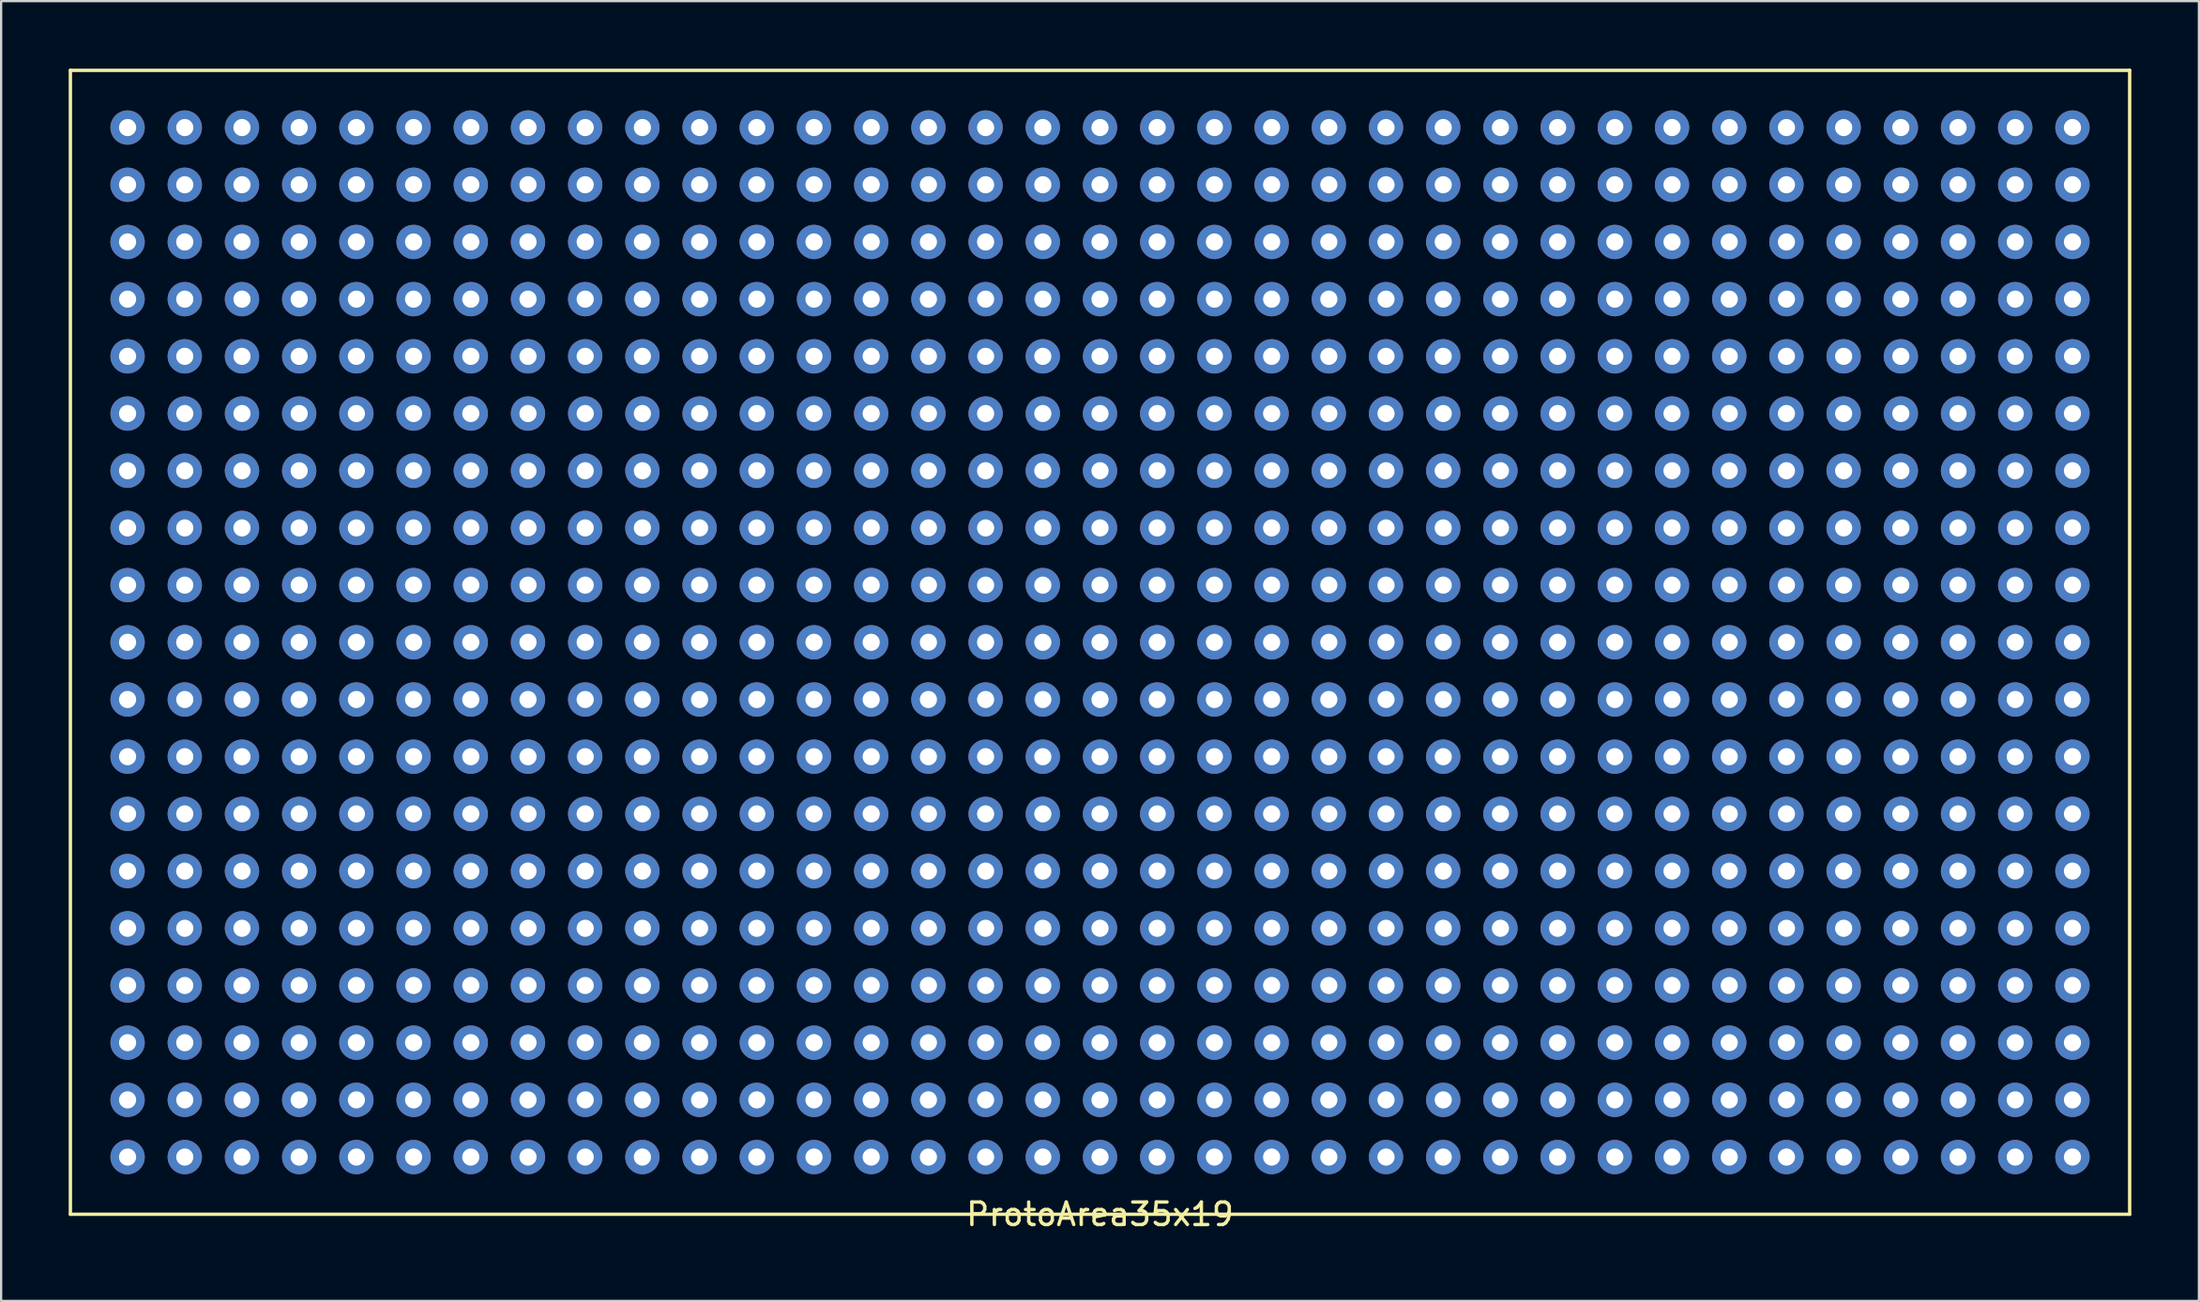
<source format=kicad_pcb>
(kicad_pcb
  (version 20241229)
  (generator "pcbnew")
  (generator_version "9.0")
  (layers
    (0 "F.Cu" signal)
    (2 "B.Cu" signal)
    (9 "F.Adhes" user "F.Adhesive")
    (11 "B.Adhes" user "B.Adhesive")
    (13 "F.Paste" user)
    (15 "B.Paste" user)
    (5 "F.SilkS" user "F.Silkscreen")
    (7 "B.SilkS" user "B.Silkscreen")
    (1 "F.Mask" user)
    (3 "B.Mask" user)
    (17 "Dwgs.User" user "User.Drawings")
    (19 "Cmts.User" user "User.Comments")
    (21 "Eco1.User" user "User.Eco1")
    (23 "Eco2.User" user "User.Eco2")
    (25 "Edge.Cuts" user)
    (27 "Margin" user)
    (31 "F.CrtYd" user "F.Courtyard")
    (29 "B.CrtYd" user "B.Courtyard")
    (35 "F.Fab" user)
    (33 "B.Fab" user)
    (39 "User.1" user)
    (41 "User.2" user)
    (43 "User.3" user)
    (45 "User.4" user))
  (footprint "ProtoArea35x19"
    (layer "F.Cu")
    (at 45.795 25.475)
    (property "Reference" "ProtoArea35x19" (at 0 25.4 0) (layer "F.SilkS") (effects (font (size 1 1) (thickness 0.15))))
    (attr through_hole)
    (fp_line (start -45.72 -25.4) (end 45.72 -25.4) (stroke (width 0.15) (type solid)) (layer "F.SilkS"))
    (fp_line (start -45.72 25.4) (end -45.72 -25.4) (stroke (width 0.15) (type solid)) (layer "F.SilkS"))
    (fp_line (start 45.72 -25.4) (end 45.72 25.4) (stroke (width 0.15) (type solid)) (layer "F.SilkS"))
    (fp_line (start 45.72 25.4) (end -45.72 25.4) (stroke (width 0.15) (type solid)) (layer "F.SilkS"))
    (pad "~" thru_hole circle (at -43.18 -22.86) (size 1.524 1.524) (drill 0.762) (layers "*.Cu" "*.Mask"))
    (pad "~" thru_hole circle (at -43.18 -20.32) (size 1.524 1.524) (drill 0.762) (layers "*.Cu" "*.Mask"))
    (pad "~" thru_hole circle (at -43.18 -17.78) (size 1.524 1.524) (drill 0.762) (layers "*.Cu" "*.Mask"))
    (pad "~" thru_hole circle (at -43.18 -15.24) (size 1.524 1.524) (drill 0.762) (layers "*.Cu" "*.Mask"))
    (pad "~" thru_hole circle (at -43.18 -12.7) (size 1.524 1.524) (drill 0.762) (layers "*.Cu" "*.Mask"))
    (pad "~" thru_hole circle (at -43.18 -10.16) (size 1.524 1.524) (drill 0.762) (layers "*.Cu" "*.Mask"))
    (pad "~" thru_hole circle (at -43.18 -7.62) (size 1.524 1.524) (drill 0.762) (layers "*.Cu" "*.Mask"))
    (pad "~" thru_hole circle (at -43.18 -5.08) (size 1.524 1.524) (drill 0.762) (layers "*.Cu" "*.Mask"))
    (pad "~" thru_hole circle (at -43.18 -2.54) (size 1.524 1.524) (drill 0.762) (layers "*.Cu" "*.Mask"))
    (pad "~" thru_hole circle (at -43.18 0) (size 1.524 1.524) (drill 0.762) (layers "*.Cu" "*.Mask"))
    (pad "~" thru_hole circle (at -43.18 2.54) (size 1.524 1.524) (drill 0.762) (layers "*.Cu" "*.Mask"))
    (pad "~" thru_hole circle (at -43.18 5.08) (size 1.524 1.524) (drill 0.762) (layers "*.Cu" "*.Mask"))
    (pad "~" thru_hole circle (at -43.18 7.62) (size 1.524 1.524) (drill 0.762) (layers "*.Cu" "*.Mask"))
    (pad "~" thru_hole circle (at -43.18 10.16) (size 1.524 1.524) (drill 0.762) (layers "*.Cu" "*.Mask"))
    (pad "~" thru_hole circle (at -43.18 12.7) (size 1.524 1.524) (drill 0.762) (layers "*.Cu" "*.Mask"))
    (pad "~" thru_hole circle (at -43.18 15.24) (size 1.524 1.524) (drill 0.762) (layers "*.Cu" "*.Mask"))
    (pad "~" thru_hole circle (at -43.18 17.78) (size 1.524 1.524) (drill 0.762) (layers "*.Cu" "*.Mask"))
    (pad "~" thru_hole circle (at -43.18 20.32) (size 1.524 1.524) (drill 0.762) (layers "*.Cu" "*.Mask"))
    (pad "~" thru_hole circle (at -43.18 22.86) (size 1.524 1.524) (drill 0.762) (layers "*.Cu" "*.Mask"))
    (pad "~" thru_hole circle (at -40.64 -22.86) (size 1.524 1.524) (drill 0.762) (layers "*.Cu" "*.Mask"))
    (pad "~" thru_hole circle (at -40.64 -20.32) (size 1.524 1.524) (drill 0.762) (layers "*.Cu" "*.Mask"))
    (pad "~" thru_hole circle (at -40.64 -17.78) (size 1.524 1.524) (drill 0.762) (layers "*.Cu" "*.Mask"))
    (pad "~" thru_hole circle (at -40.64 -15.24) (size 1.524 1.524) (drill 0.762) (layers "*.Cu" "*.Mask"))
    (pad "~" thru_hole circle (at -40.64 -12.7) (size 1.524 1.524) (drill 0.762) (layers "*.Cu" "*.Mask"))
    (pad "~" thru_hole circle (at -40.64 -10.16) (size 1.524 1.524) (drill 0.762) (layers "*.Cu" "*.Mask"))
    (pad "~" thru_hole circle (at -40.64 -7.62) (size 1.524 1.524) (drill 0.762) (layers "*.Cu" "*.Mask"))
    (pad "~" thru_hole circle (at -40.64 -5.08) (size 1.524 1.524) (drill 0.762) (layers "*.Cu" "*.Mask"))
    (pad "~" thru_hole circle (at -40.64 -2.54) (size 1.524 1.524) (drill 0.762) (layers "*.Cu" "*.Mask"))
    (pad "~" thru_hole circle (at -40.64 0) (size 1.524 1.524) (drill 0.762) (layers "*.Cu" "*.Mask"))
    (pad "~" thru_hole circle (at -40.64 2.54) (size 1.524 1.524) (drill 0.762) (layers "*.Cu" "*.Mask"))
    (pad "~" thru_hole circle (at -40.64 5.08) (size 1.524 1.524) (drill 0.762) (layers "*.Cu" "*.Mask"))
    (pad "~" thru_hole circle (at -40.64 7.62) (size 1.524 1.524) (drill 0.762) (layers "*.Cu" "*.Mask"))
    (pad "~" thru_hole circle (at -40.64 10.16) (size 1.524 1.524) (drill 0.762) (layers "*.Cu" "*.Mask"))
    (pad "~" thru_hole circle (at -40.64 12.7) (size 1.524 1.524) (drill 0.762) (layers "*.Cu" "*.Mask"))
    (pad "~" thru_hole circle (at -40.64 15.24) (size 1.524 1.524) (drill 0.762) (layers "*.Cu" "*.Mask"))
    (pad "~" thru_hole circle (at -40.64 17.78) (size 1.524 1.524) (drill 0.762) (layers "*.Cu" "*.Mask"))
    (pad "~" thru_hole circle (at -40.64 20.32) (size 1.524 1.524) (drill 0.762) (layers "*.Cu" "*.Mask"))
    (pad "~" thru_hole circle (at -40.64 22.86) (size 1.524 1.524) (drill 0.762) (layers "*.Cu" "*.Mask"))
    (pad "~" thru_hole circle (at -38.1 -22.86) (size 1.524 1.524) (drill 0.762) (layers "*.Cu" "*.Mask"))
    (pad "~" thru_hole circle (at -38.1 -20.32) (size 1.524 1.524) (drill 0.762) (layers "*.Cu" "*.Mask"))
    (pad "~" thru_hole circle (at -38.1 -17.78) (size 1.524 1.524) (drill 0.762) (layers "*.Cu" "*.Mask"))
    (pad "~" thru_hole circle (at -38.1 -15.24) (size 1.524 1.524) (drill 0.762) (layers "*.Cu" "*.Mask"))
    (pad "~" thru_hole circle (at -38.1 -12.7) (size 1.524 1.524) (drill 0.762) (layers "*.Cu" "*.Mask"))
    (pad "~" thru_hole circle (at -38.1 -10.16) (size 1.524 1.524) (drill 0.762) (layers "*.Cu" "*.Mask"))
    (pad "~" thru_hole circle (at -38.1 -7.62) (size 1.524 1.524) (drill 0.762) (layers "*.Cu" "*.Mask"))
    (pad "~" thru_hole circle (at -38.1 -5.08) (size 1.524 1.524) (drill 0.762) (layers "*.Cu" "*.Mask"))
    (pad "~" thru_hole circle (at -38.1 -2.54) (size 1.524 1.524) (drill 0.762) (layers "*.Cu" "*.Mask"))
    (pad "~" thru_hole circle (at -38.1 0) (size 1.524 1.524) (drill 0.762) (layers "*.Cu" "*.Mask"))
    (pad "~" thru_hole circle (at -38.1 2.54) (size 1.524 1.524) (drill 0.762) (layers "*.Cu" "*.Mask"))
    (pad "~" thru_hole circle (at -38.1 5.08) (size 1.524 1.524) (drill 0.762) (layers "*.Cu" "*.Mask"))
    (pad "~" thru_hole circle (at -38.1 7.62) (size 1.524 1.524) (drill 0.762) (layers "*.Cu" "*.Mask"))
    (pad "~" thru_hole circle (at -38.1 10.16) (size 1.524 1.524) (drill 0.762) (layers "*.Cu" "*.Mask"))
    (pad "~" thru_hole circle (at -38.1 12.7) (size 1.524 1.524) (drill 0.762) (layers "*.Cu" "*.Mask"))
    (pad "~" thru_hole circle (at -38.1 15.24) (size 1.524 1.524) (drill 0.762) (layers "*.Cu" "*.Mask"))
    (pad "~" thru_hole circle (at -38.1 17.78) (size 1.524 1.524) (drill 0.762) (layers "*.Cu" "*.Mask"))
    (pad "~" thru_hole circle (at -38.1 20.32) (size 1.524 1.524) (drill 0.762) (layers "*.Cu" "*.Mask"))
    (pad "~" thru_hole circle (at -38.1 22.86) (size 1.524 1.524) (drill 0.762) (layers "*.Cu" "*.Mask"))
    (pad "~" thru_hole circle (at -35.56 -22.86) (size 1.524 1.524) (drill 0.762) (layers "*.Cu" "*.Mask"))
    (pad "~" thru_hole circle (at -35.56 -20.32) (size 1.524 1.524) (drill 0.762) (layers "*.Cu" "*.Mask"))
    (pad "~" thru_hole circle (at -35.56 -17.78) (size 1.524 1.524) (drill 0.762) (layers "*.Cu" "*.Mask"))
    (pad "~" thru_hole circle (at -35.56 -15.24) (size 1.524 1.524) (drill 0.762) (layers "*.Cu" "*.Mask"))
    (pad "~" thru_hole circle (at -35.56 -12.7) (size 1.524 1.524) (drill 0.762) (layers "*.Cu" "*.Mask"))
    (pad "~" thru_hole circle (at -35.56 -10.16) (size 1.524 1.524) (drill 0.762) (layers "*.Cu" "*.Mask"))
    (pad "~" thru_hole circle (at -35.56 -7.62) (size 1.524 1.524) (drill 0.762) (layers "*.Cu" "*.Mask"))
    (pad "~" thru_hole circle (at -35.56 -5.08) (size 1.524 1.524) (drill 0.762) (layers "*.Cu" "*.Mask"))
    (pad "~" thru_hole circle (at -35.56 -2.54) (size 1.524 1.524) (drill 0.762) (layers "*.Cu" "*.Mask"))
    (pad "~" thru_hole circle (at -35.56 0) (size 1.524 1.524) (drill 0.762) (layers "*.Cu" "*.Mask"))
    (pad "~" thru_hole circle (at -35.56 2.54) (size 1.524 1.524) (drill 0.762) (layers "*.Cu" "*.Mask"))
    (pad "~" thru_hole circle (at -35.56 5.08) (size 1.524 1.524) (drill 0.762) (layers "*.Cu" "*.Mask"))
    (pad "~" thru_hole circle (at -35.56 7.62) (size 1.524 1.524) (drill 0.762) (layers "*.Cu" "*.Mask"))
    (pad "~" thru_hole circle (at -35.56 10.16) (size 1.524 1.524) (drill 0.762) (layers "*.Cu" "*.Mask"))
    (pad "~" thru_hole circle (at -35.56 12.7) (size 1.524 1.524) (drill 0.762) (layers "*.Cu" "*.Mask"))
    (pad "~" thru_hole circle (at -35.56 15.24) (size 1.524 1.524) (drill 0.762) (layers "*.Cu" "*.Mask"))
    (pad "~" thru_hole circle (at -35.56 17.78) (size 1.524 1.524) (drill 0.762) (layers "*.Cu" "*.Mask"))
    (pad "~" thru_hole circle (at -35.56 20.32) (size 1.524 1.524) (drill 0.762) (layers "*.Cu" "*.Mask"))
    (pad "~" thru_hole circle (at -35.56 22.86) (size 1.524 1.524) (drill 0.762) (layers "*.Cu" "*.Mask"))
    (pad "~" thru_hole circle (at -33.02 -22.86) (size 1.524 1.524) (drill 0.762) (layers "*.Cu" "*.Mask"))
    (pad "~" thru_hole circle (at -33.02 -20.32) (size 1.524 1.524) (drill 0.762) (layers "*.Cu" "*.Mask"))
    (pad "~" thru_hole circle (at -33.02 -17.78) (size 1.524 1.524) (drill 0.762) (layers "*.Cu" "*.Mask"))
    (pad "~" thru_hole circle (at -33.02 -15.24) (size 1.524 1.524) (drill 0.762) (layers "*.Cu" "*.Mask"))
    (pad "~" thru_hole circle (at -33.02 -12.7) (size 1.524 1.524) (drill 0.762) (layers "*.Cu" "*.Mask"))
    (pad "~" thru_hole circle (at -33.02 -10.16) (size 1.524 1.524) (drill 0.762) (layers "*.Cu" "*.Mask"))
    (pad "~" thru_hole circle (at -33.02 -7.62) (size 1.524 1.524) (drill 0.762) (layers "*.Cu" "*.Mask"))
    (pad "~" thru_hole circle (at -33.02 -5.08) (size 1.524 1.524) (drill 0.762) (layers "*.Cu" "*.Mask"))
    (pad "~" thru_hole circle (at -33.02 -2.54) (size 1.524 1.524) (drill 0.762) (layers "*.Cu" "*.Mask"))
    (pad "~" thru_hole circle (at -33.02 0) (size 1.524 1.524) (drill 0.762) (layers "*.Cu" "*.Mask"))
    (pad "~" thru_hole circle (at -33.02 2.54) (size 1.524 1.524) (drill 0.762) (layers "*.Cu" "*.Mask"))
    (pad "~" thru_hole circle (at -33.02 5.08) (size 1.524 1.524) (drill 0.762) (layers "*.Cu" "*.Mask"))
    (pad "~" thru_hole circle (at -33.02 7.62) (size 1.524 1.524) (drill 0.762) (layers "*.Cu" "*.Mask"))
    (pad "~" thru_hole circle (at -33.02 10.16) (size 1.524 1.524) (drill 0.762) (layers "*.Cu" "*.Mask"))
    (pad "~" thru_hole circle (at -33.02 12.7) (size 1.524 1.524) (drill 0.762) (layers "*.Cu" "*.Mask"))
    (pad "~" thru_hole circle (at -33.02 15.24) (size 1.524 1.524) (drill 0.762) (layers "*.Cu" "*.Mask"))
    (pad "~" thru_hole circle (at -33.02 17.78) (size 1.524 1.524) (drill 0.762) (layers "*.Cu" "*.Mask"))
    (pad "~" thru_hole circle (at -33.02 20.32) (size 1.524 1.524) (drill 0.762) (layers "*.Cu" "*.Mask"))
    (pad "~" thru_hole circle (at -33.02 22.86) (size 1.524 1.524) (drill 0.762) (layers "*.Cu" "*.Mask"))
    (pad "~" thru_hole circle (at -30.48 -22.86) (size 1.524 1.524) (drill 0.762) (layers "*.Cu" "*.Mask"))
    (pad "~" thru_hole circle (at -30.48 -20.32) (size 1.524 1.524) (drill 0.762) (layers "*.Cu" "*.Mask"))
    (pad "~" thru_hole circle (at -30.48 -17.78) (size 1.524 1.524) (drill 0.762) (layers "*.Cu" "*.Mask"))
    (pad "~" thru_hole circle (at -30.48 -15.24) (size 1.524 1.524) (drill 0.762) (layers "*.Cu" "*.Mask"))
    (pad "~" thru_hole circle (at -30.48 -12.7) (size 1.524 1.524) (drill 0.762) (layers "*.Cu" "*.Mask"))
    (pad "~" thru_hole circle (at -30.48 -10.16) (size 1.524 1.524) (drill 0.762) (layers "*.Cu" "*.Mask"))
    (pad "~" thru_hole circle (at -30.48 -7.62) (size 1.524 1.524) (drill 0.762) (layers "*.Cu" "*.Mask"))
    (pad "~" thru_hole circle (at -30.48 -5.08) (size 1.524 1.524) (drill 0.762) (layers "*.Cu" "*.Mask"))
    (pad "~" thru_hole circle (at -30.48 -2.54) (size 1.524 1.524) (drill 0.762) (layers "*.Cu" "*.Mask"))
    (pad "~" thru_hole circle (at -30.48 0) (size 1.524 1.524) (drill 0.762) (layers "*.Cu" "*.Mask"))
    (pad "~" thru_hole circle (at -30.48 2.54) (size 1.524 1.524) (drill 0.762) (layers "*.Cu" "*.Mask"))
    (pad "~" thru_hole circle (at -30.48 5.08) (size 1.524 1.524) (drill 0.762) (layers "*.Cu" "*.Mask"))
    (pad "~" thru_hole circle (at -30.48 7.62) (size 1.524 1.524) (drill 0.762) (layers "*.Cu" "*.Mask"))
    (pad "~" thru_hole circle (at -30.48 10.16) (size 1.524 1.524) (drill 0.762) (layers "*.Cu" "*.Mask"))
    (pad "~" thru_hole circle (at -30.48 12.7) (size 1.524 1.524) (drill 0.762) (layers "*.Cu" "*.Mask"))
    (pad "~" thru_hole circle (at -30.48 15.24) (size 1.524 1.524) (drill 0.762) (layers "*.Cu" "*.Mask"))
    (pad "~" thru_hole circle (at -30.48 17.78) (size 1.524 1.524) (drill 0.762) (layers "*.Cu" "*.Mask"))
    (pad "~" thru_hole circle (at -30.48 20.32) (size 1.524 1.524) (drill 0.762) (layers "*.Cu" "*.Mask"))
    (pad "~" thru_hole circle (at -30.48 22.86) (size 1.524 1.524) (drill 0.762) (layers "*.Cu" "*.Mask"))
    (pad "~" thru_hole circle (at -27.94 -22.86) (size 1.524 1.524) (drill 0.762) (layers "*.Cu" "*.Mask"))
    (pad "~" thru_hole circle (at -27.94 -20.32) (size 1.524 1.524) (drill 0.762) (layers "*.Cu" "*.Mask"))
    (pad "~" thru_hole circle (at -27.94 -17.78) (size 1.524 1.524) (drill 0.762) (layers "*.Cu" "*.Mask"))
    (pad "~" thru_hole circle (at -27.94 -15.24) (size 1.524 1.524) (drill 0.762) (layers "*.Cu" "*.Mask"))
    (pad "~" thru_hole circle (at -27.94 -12.7) (size 1.524 1.524) (drill 0.762) (layers "*.Cu" "*.Mask"))
    (pad "~" thru_hole circle (at -27.94 -10.16) (size 1.524 1.524) (drill 0.762) (layers "*.Cu" "*.Mask"))
    (pad "~" thru_hole circle (at -27.94 -7.62) (size 1.524 1.524) (drill 0.762) (layers "*.Cu" "*.Mask"))
    (pad "~" thru_hole circle (at -27.94 -5.08) (size 1.524 1.524) (drill 0.762) (layers "*.Cu" "*.Mask"))
    (pad "~" thru_hole circle (at -27.94 -2.54) (size 1.524 1.524) (drill 0.762) (layers "*.Cu" "*.Mask"))
    (pad "~" thru_hole circle (at -27.94 0) (size 1.524 1.524) (drill 0.762) (layers "*.Cu" "*.Mask"))
    (pad "~" thru_hole circle (at -27.94 2.54) (size 1.524 1.524) (drill 0.762) (layers "*.Cu" "*.Mask"))
    (pad "~" thru_hole circle (at -27.94 5.08) (size 1.524 1.524) (drill 0.762) (layers "*.Cu" "*.Mask"))
    (pad "~" thru_hole circle (at -27.94 7.62) (size 1.524 1.524) (drill 0.762) (layers "*.Cu" "*.Mask"))
    (pad "~" thru_hole circle (at -27.94 10.16) (size 1.524 1.524) (drill 0.762) (layers "*.Cu" "*.Mask"))
    (pad "~" thru_hole circle (at -27.94 12.7) (size 1.524 1.524) (drill 0.762) (layers "*.Cu" "*.Mask"))
    (pad "~" thru_hole circle (at -27.94 15.24) (size 1.524 1.524) (drill 0.762) (layers "*.Cu" "*.Mask"))
    (pad "~" thru_hole circle (at -27.94 17.78) (size 1.524 1.524) (drill 0.762) (layers "*.Cu" "*.Mask"))
    (pad "~" thru_hole circle (at -27.94 20.32) (size 1.524 1.524) (drill 0.762) (layers "*.Cu" "*.Mask"))
    (pad "~" thru_hole circle (at -27.94 22.86) (size 1.524 1.524) (drill 0.762) (layers "*.Cu" "*.Mask"))
    (pad "~" thru_hole circle (at -25.4 -22.86) (size 1.524 1.524) (drill 0.762) (layers "*.Cu" "*.Mask"))
    (pad "~" thru_hole circle (at -25.4 -20.32) (size 1.524 1.524) (drill 0.762) (layers "*.Cu" "*.Mask"))
    (pad "~" thru_hole circle (at -25.4 -17.78) (size 1.524 1.524) (drill 0.762) (layers "*.Cu" "*.Mask"))
    (pad "~" thru_hole circle (at -25.4 -15.24) (size 1.524 1.524) (drill 0.762) (layers "*.Cu" "*.Mask"))
    (pad "~" thru_hole circle (at -25.4 -12.7) (size 1.524 1.524) (drill 0.762) (layers "*.Cu" "*.Mask"))
    (pad "~" thru_hole circle (at -25.4 -10.16) (size 1.524 1.524) (drill 0.762) (layers "*.Cu" "*.Mask"))
    (pad "~" thru_hole circle (at -25.4 -7.62) (size 1.524 1.524) (drill 0.762) (layers "*.Cu" "*.Mask"))
    (pad "~" thru_hole circle (at -25.4 -5.08) (size 1.524 1.524) (drill 0.762) (layers "*.Cu" "*.Mask"))
    (pad "~" thru_hole circle (at -25.4 -2.54) (size 1.524 1.524) (drill 0.762) (layers "*.Cu" "*.Mask"))
    (pad "~" thru_hole circle (at -25.4 0) (size 1.524 1.524) (drill 0.762) (layers "*.Cu" "*.Mask"))
    (pad "~" thru_hole circle (at -25.4 2.54) (size 1.524 1.524) (drill 0.762) (layers "*.Cu" "*.Mask"))
    (pad "~" thru_hole circle (at -25.4 5.08) (size 1.524 1.524) (drill 0.762) (layers "*.Cu" "*.Mask"))
    (pad "~" thru_hole circle (at -25.4 7.62) (size 1.524 1.524) (drill 0.762) (layers "*.Cu" "*.Mask"))
    (pad "~" thru_hole circle (at -25.4 10.16) (size 1.524 1.524) (drill 0.762) (layers "*.Cu" "*.Mask"))
    (pad "~" thru_hole circle (at -25.4 12.7) (size 1.524 1.524) (drill 0.762) (layers "*.Cu" "*.Mask"))
    (pad "~" thru_hole circle (at -25.4 15.24) (size 1.524 1.524) (drill 0.762) (layers "*.Cu" "*.Mask"))
    (pad "~" thru_hole circle (at -25.4 17.78) (size 1.524 1.524) (drill 0.762) (layers "*.Cu" "*.Mask"))
    (pad "~" thru_hole circle (at -25.4 20.32) (size 1.524 1.524) (drill 0.762) (layers "*.Cu" "*.Mask"))
    (pad "~" thru_hole circle (at -25.4 22.86) (size 1.524 1.524) (drill 0.762) (layers "*.Cu" "*.Mask"))
    (pad "~" thru_hole circle (at -22.86 -22.86) (size 1.524 1.524) (drill 0.762) (layers "*.Cu" "*.Mask"))
    (pad "~" thru_hole circle (at -22.86 -20.32) (size 1.524 1.524) (drill 0.762) (layers "*.Cu" "*.Mask"))
    (pad "~" thru_hole circle (at -22.86 -17.78) (size 1.524 1.524) (drill 0.762) (layers "*.Cu" "*.Mask"))
    (pad "~" thru_hole circle (at -22.86 -15.24) (size 1.524 1.524) (drill 0.762) (layers "*.Cu" "*.Mask"))
    (pad "~" thru_hole circle (at -22.86 -12.7) (size 1.524 1.524) (drill 0.762) (layers "*.Cu" "*.Mask"))
    (pad "~" thru_hole circle (at -22.86 -10.16) (size 1.524 1.524) (drill 0.762) (layers "*.Cu" "*.Mask"))
    (pad "~" thru_hole circle (at -22.86 -7.62) (size 1.524 1.524) (drill 0.762) (layers "*.Cu" "*.Mask"))
    (pad "~" thru_hole circle (at -22.86 -5.08) (size 1.524 1.524) (drill 0.762) (layers "*.Cu" "*.Mask"))
    (pad "~" thru_hole circle (at -22.86 -2.54) (size 1.524 1.524) (drill 0.762) (layers "*.Cu" "*.Mask"))
    (pad "~" thru_hole circle (at -22.86 0) (size 1.524 1.524) (drill 0.762) (layers "*.Cu" "*.Mask"))
    (pad "~" thru_hole circle (at -22.86 2.54) (size 1.524 1.524) (drill 0.762) (layers "*.Cu" "*.Mask"))
    (pad "~" thru_hole circle (at -22.86 5.08) (size 1.524 1.524) (drill 0.762) (layers "*.Cu" "*.Mask"))
    (pad "~" thru_hole circle (at -22.86 7.62) (size 1.524 1.524) (drill 0.762) (layers "*.Cu" "*.Mask"))
    (pad "~" thru_hole circle (at -22.86 10.16) (size 1.524 1.524) (drill 0.762) (layers "*.Cu" "*.Mask"))
    (pad "~" thru_hole circle (at -22.86 12.7) (size 1.524 1.524) (drill 0.762) (layers "*.Cu" "*.Mask"))
    (pad "~" thru_hole circle (at -22.86 15.24) (size 1.524 1.524) (drill 0.762) (layers "*.Cu" "*.Mask"))
    (pad "~" thru_hole circle (at -22.86 17.78) (size 1.524 1.524) (drill 0.762) (layers "*.Cu" "*.Mask"))
    (pad "~" thru_hole circle (at -22.86 20.32) (size 1.524 1.524) (drill 0.762) (layers "*.Cu" "*.Mask"))
    (pad "~" thru_hole circle (at -22.86 22.86) (size 1.524 1.524) (drill 0.762) (layers "*.Cu" "*.Mask"))
    (pad "~" thru_hole circle (at -20.32 -22.86) (size 1.524 1.524) (drill 0.762) (layers "*.Cu" "*.Mask"))
    (pad "~" thru_hole circle (at -20.32 -20.32) (size 1.524 1.524) (drill 0.762) (layers "*.Cu" "*.Mask"))
    (pad "~" thru_hole circle (at -20.32 -17.78) (size 1.524 1.524) (drill 0.762) (layers "*.Cu" "*.Mask"))
    (pad "~" thru_hole circle (at -20.32 -15.24) (size 1.524 1.524) (drill 0.762) (layers "*.Cu" "*.Mask"))
    (pad "~" thru_hole circle (at -20.32 -12.7) (size 1.524 1.524) (drill 0.762) (layers "*.Cu" "*.Mask"))
    (pad "~" thru_hole circle (at -20.32 -10.16) (size 1.524 1.524) (drill 0.762) (layers "*.Cu" "*.Mask"))
    (pad "~" thru_hole circle (at -20.32 -7.62) (size 1.524 1.524) (drill 0.762) (layers "*.Cu" "*.Mask"))
    (pad "~" thru_hole circle (at -20.32 -5.08) (size 1.524 1.524) (drill 0.762) (layers "*.Cu" "*.Mask"))
    (pad "~" thru_hole circle (at -20.32 -2.54) (size 1.524 1.524) (drill 0.762) (layers "*.Cu" "*.Mask"))
    (pad "~" thru_hole circle (at -20.32 0) (size 1.524 1.524) (drill 0.762) (layers "*.Cu" "*.Mask"))
    (pad "~" thru_hole circle (at -20.32 2.54) (size 1.524 1.524) (drill 0.762) (layers "*.Cu" "*.Mask"))
    (pad "~" thru_hole circle (at -20.32 5.08) (size 1.524 1.524) (drill 0.762) (layers "*.Cu" "*.Mask"))
    (pad "~" thru_hole circle (at -20.32 7.62) (size 1.524 1.524) (drill 0.762) (layers "*.Cu" "*.Mask"))
    (pad "~" thru_hole circle (at -20.32 10.16) (size 1.524 1.524) (drill 0.762) (layers "*.Cu" "*.Mask"))
    (pad "~" thru_hole circle (at -20.32 12.7) (size 1.524 1.524) (drill 0.762) (layers "*.Cu" "*.Mask"))
    (pad "~" thru_hole circle (at -20.32 15.24) (size 1.524 1.524) (drill 0.762) (layers "*.Cu" "*.Mask"))
    (pad "~" thru_hole circle (at -20.32 17.78) (size 1.524 1.524) (drill 0.762) (layers "*.Cu" "*.Mask"))
    (pad "~" thru_hole circle (at -20.32 20.32) (size 1.524 1.524) (drill 0.762) (layers "*.Cu" "*.Mask"))
    (pad "~" thru_hole circle (at -20.32 22.86) (size 1.524 1.524) (drill 0.762) (layers "*.Cu" "*.Mask"))
    (pad "~" thru_hole circle (at -17.78 -22.86) (size 1.524 1.524) (drill 0.762) (layers "*.Cu" "*.Mask"))
    (pad "~" thru_hole circle (at -17.78 -20.32) (size 1.524 1.524) (drill 0.762) (layers "*.Cu" "*.Mask"))
    (pad "~" thru_hole circle (at -17.78 -17.78) (size 1.524 1.524) (drill 0.762) (layers "*.Cu" "*.Mask"))
    (pad "~" thru_hole circle (at -17.78 -15.24) (size 1.524 1.524) (drill 0.762) (layers "*.Cu" "*.Mask"))
    (pad "~" thru_hole circle (at -17.78 -12.7) (size 1.524 1.524) (drill 0.762) (layers "*.Cu" "*.Mask"))
    (pad "~" thru_hole circle (at -17.78 -10.16) (size 1.524 1.524) (drill 0.762) (layers "*.Cu" "*.Mask"))
    (pad "~" thru_hole circle (at -17.78 -7.62) (size 1.524 1.524) (drill 0.762) (layers "*.Cu" "*.Mask"))
    (pad "~" thru_hole circle (at -17.78 -5.08) (size 1.524 1.524) (drill 0.762) (layers "*.Cu" "*.Mask"))
    (pad "~" thru_hole circle (at -17.78 -2.54) (size 1.524 1.524) (drill 0.762) (layers "*.Cu" "*.Mask"))
    (pad "~" thru_hole circle (at -17.78 0) (size 1.524 1.524) (drill 0.762) (layers "*.Cu" "*.Mask"))
    (pad "~" thru_hole circle (at -17.78 2.54) (size 1.524 1.524) (drill 0.762) (layers "*.Cu" "*.Mask"))
    (pad "~" thru_hole circle (at -17.78 5.08) (size 1.524 1.524) (drill 0.762) (layers "*.Cu" "*.Mask"))
    (pad "~" thru_hole circle (at -17.78 7.62) (size 1.524 1.524) (drill 0.762) (layers "*.Cu" "*.Mask"))
    (pad "~" thru_hole circle (at -17.78 10.16) (size 1.524 1.524) (drill 0.762) (layers "*.Cu" "*.Mask"))
    (pad "~" thru_hole circle (at -17.78 12.7) (size 1.524 1.524) (drill 0.762) (layers "*.Cu" "*.Mask"))
    (pad "~" thru_hole circle (at -17.78 15.24) (size 1.524 1.524) (drill 0.762) (layers "*.Cu" "*.Mask"))
    (pad "~" thru_hole circle (at -17.78 17.78) (size 1.524 1.524) (drill 0.762) (layers "*.Cu" "*.Mask"))
    (pad "~" thru_hole circle (at -17.78 20.32) (size 1.524 1.524) (drill 0.762) (layers "*.Cu" "*.Mask"))
    (pad "~" thru_hole circle (at -17.78 22.86) (size 1.524 1.524) (drill 0.762) (layers "*.Cu" "*.Mask"))
    (pad "~" thru_hole circle (at -15.24 -22.86) (size 1.524 1.524) (drill 0.762) (layers "*.Cu" "*.Mask"))
    (pad "~" thru_hole circle (at -15.24 -20.32) (size 1.524 1.524) (drill 0.762) (layers "*.Cu" "*.Mask"))
    (pad "~" thru_hole circle (at -15.24 -17.78) (size 1.524 1.524) (drill 0.762) (layers "*.Cu" "*.Mask"))
    (pad "~" thru_hole circle (at -15.24 -15.24) (size 1.524 1.524) (drill 0.762) (layers "*.Cu" "*.Mask"))
    (pad "~" thru_hole circle (at -15.24 -12.7) (size 1.524 1.524) (drill 0.762) (layers "*.Cu" "*.Mask"))
    (pad "~" thru_hole circle (at -15.24 -10.16) (size 1.524 1.524) (drill 0.762) (layers "*.Cu" "*.Mask"))
    (pad "~" thru_hole circle (at -15.24 -7.62) (size 1.524 1.524) (drill 0.762) (layers "*.Cu" "*.Mask"))
    (pad "~" thru_hole circle (at -15.24 -5.08) (size 1.524 1.524) (drill 0.762) (layers "*.Cu" "*.Mask"))
    (pad "~" thru_hole circle (at -15.24 -2.54) (size 1.524 1.524) (drill 0.762) (layers "*.Cu" "*.Mask"))
    (pad "~" thru_hole circle (at -15.24 0) (size 1.524 1.524) (drill 0.762) (layers "*.Cu" "*.Mask"))
    (pad "~" thru_hole circle (at -15.24 2.54) (size 1.524 1.524) (drill 0.762) (layers "*.Cu" "*.Mask"))
    (pad "~" thru_hole circle (at -15.24 5.08) (size 1.524 1.524) (drill 0.762) (layers "*.Cu" "*.Mask"))
    (pad "~" thru_hole circle (at -15.24 7.62) (size 1.524 1.524) (drill 0.762) (layers "*.Cu" "*.Mask"))
    (pad "~" thru_hole circle (at -15.24 10.16) (size 1.524 1.524) (drill 0.762) (layers "*.Cu" "*.Mask"))
    (pad "~" thru_hole circle (at -15.24 12.7) (size 1.524 1.524) (drill 0.762) (layers "*.Cu" "*.Mask"))
    (pad "~" thru_hole circle (at -15.24 15.24) (size 1.524 1.524) (drill 0.762) (layers "*.Cu" "*.Mask"))
    (pad "~" thru_hole circle (at -15.24 17.78) (size 1.524 1.524) (drill 0.762) (layers "*.Cu" "*.Mask"))
    (pad "~" thru_hole circle (at -15.24 20.32) (size 1.524 1.524) (drill 0.762) (layers "*.Cu" "*.Mask"))
    (pad "~" thru_hole circle (at -15.24 22.86) (size 1.524 1.524) (drill 0.762) (layers "*.Cu" "*.Mask"))
    (pad "~" thru_hole circle (at -12.7 -22.86) (size 1.524 1.524) (drill 0.762) (layers "*.Cu" "*.Mask"))
    (pad "~" thru_hole circle (at -12.7 -20.32) (size 1.524 1.524) (drill 0.762) (layers "*.Cu" "*.Mask"))
    (pad "~" thru_hole circle (at -12.7 -17.78) (size 1.524 1.524) (drill 0.762) (layers "*.Cu" "*.Mask"))
    (pad "~" thru_hole circle (at -12.7 -15.24) (size 1.524 1.524) (drill 0.762) (layers "*.Cu" "*.Mask"))
    (pad "~" thru_hole circle (at -12.7 -12.7) (size 1.524 1.524) (drill 0.762) (layers "*.Cu" "*.Mask"))
    (pad "~" thru_hole circle (at -12.7 -10.16) (size 1.524 1.524) (drill 0.762) (layers "*.Cu" "*.Mask"))
    (pad "~" thru_hole circle (at -12.7 -7.62) (size 1.524 1.524) (drill 0.762) (layers "*.Cu" "*.Mask"))
    (pad "~" thru_hole circle (at -12.7 -5.08) (size 1.524 1.524) (drill 0.762) (layers "*.Cu" "*.Mask"))
    (pad "~" thru_hole circle (at -12.7 -2.54) (size 1.524 1.524) (drill 0.762) (layers "*.Cu" "*.Mask"))
    (pad "~" thru_hole circle (at -12.7 0) (size 1.524 1.524) (drill 0.762) (layers "*.Cu" "*.Mask"))
    (pad "~" thru_hole circle (at -12.7 2.54) (size 1.524 1.524) (drill 0.762) (layers "*.Cu" "*.Mask"))
    (pad "~" thru_hole circle (at -12.7 5.08) (size 1.524 1.524) (drill 0.762) (layers "*.Cu" "*.Mask"))
    (pad "~" thru_hole circle (at -12.7 7.62) (size 1.524 1.524) (drill 0.762) (layers "*.Cu" "*.Mask"))
    (pad "~" thru_hole circle (at -12.7 10.16) (size 1.524 1.524) (drill 0.762) (layers "*.Cu" "*.Mask"))
    (pad "~" thru_hole circle (at -12.7 12.7) (size 1.524 1.524) (drill 0.762) (layers "*.Cu" "*.Mask"))
    (pad "~" thru_hole circle (at -12.7 15.24) (size 1.524 1.524) (drill 0.762) (layers "*.Cu" "*.Mask"))
    (pad "~" thru_hole circle (at -12.7 17.78) (size 1.524 1.524) (drill 0.762) (layers "*.Cu" "*.Mask"))
    (pad "~" thru_hole circle (at -12.7 20.32) (size 1.524 1.524) (drill 0.762) (layers "*.Cu" "*.Mask"))
    (pad "~" thru_hole circle (at -12.7 22.86) (size 1.524 1.524) (drill 0.762) (layers "*.Cu" "*.Mask"))
    (pad "~" thru_hole circle (at -10.16 -22.86) (size 1.524 1.524) (drill 0.762) (layers "*.Cu" "*.Mask"))
    (pad "~" thru_hole circle (at -10.16 -20.32) (size 1.524 1.524) (drill 0.762) (layers "*.Cu" "*.Mask"))
    (pad "~" thru_hole circle (at -10.16 -17.78) (size 1.524 1.524) (drill 0.762) (layers "*.Cu" "*.Mask"))
    (pad "~" thru_hole circle (at -10.16 -15.24) (size 1.524 1.524) (drill 0.762) (layers "*.Cu" "*.Mask"))
    (pad "~" thru_hole circle (at -10.16 -12.7) (size 1.524 1.524) (drill 0.762) (layers "*.Cu" "*.Mask"))
    (pad "~" thru_hole circle (at -10.16 -10.16) (size 1.524 1.524) (drill 0.762) (layers "*.Cu" "*.Mask"))
    (pad "~" thru_hole circle (at -10.16 -7.62) (size 1.524 1.524) (drill 0.762) (layers "*.Cu" "*.Mask"))
    (pad "~" thru_hole circle (at -10.16 -5.08) (size 1.524 1.524) (drill 0.762) (layers "*.Cu" "*.Mask"))
    (pad "~" thru_hole circle (at -10.16 -2.54) (size 1.524 1.524) (drill 0.762) (layers "*.Cu" "*.Mask"))
    (pad "~" thru_hole circle (at -10.16 0) (size 1.524 1.524) (drill 0.762) (layers "*.Cu" "*.Mask"))
    (pad "~" thru_hole circle (at -10.16 2.54) (size 1.524 1.524) (drill 0.762) (layers "*.Cu" "*.Mask"))
    (pad "~" thru_hole circle (at -10.16 5.08) (size 1.524 1.524) (drill 0.762) (layers "*.Cu" "*.Mask"))
    (pad "~" thru_hole circle (at -10.16 7.62) (size 1.524 1.524) (drill 0.762) (layers "*.Cu" "*.Mask"))
    (pad "~" thru_hole circle (at -10.16 10.16) (size 1.524 1.524) (drill 0.762) (layers "*.Cu" "*.Mask"))
    (pad "~" thru_hole circle (at -10.16 12.7) (size 1.524 1.524) (drill 0.762) (layers "*.Cu" "*.Mask"))
    (pad "~" thru_hole circle (at -10.16 15.24) (size 1.524 1.524) (drill 0.762) (layers "*.Cu" "*.Mask"))
    (pad "~" thru_hole circle (at -10.16 17.78) (size 1.524 1.524) (drill 0.762) (layers "*.Cu" "*.Mask"))
    (pad "~" thru_hole circle (at -10.16 20.32) (size 1.524 1.524) (drill 0.762) (layers "*.Cu" "*.Mask"))
    (pad "~" thru_hole circle (at -10.16 22.86) (size 1.524 1.524) (drill 0.762) (layers "*.Cu" "*.Mask"))
    (pad "~" thru_hole circle (at -7.62 -22.86) (size 1.524 1.524) (drill 0.762) (layers "*.Cu" "*.Mask"))
    (pad "~" thru_hole circle (at -7.62 -20.32) (size 1.524 1.524) (drill 0.762) (layers "*.Cu" "*.Mask"))
    (pad "~" thru_hole circle (at -7.62 -17.78) (size 1.524 1.524) (drill 0.762) (layers "*.Cu" "*.Mask"))
    (pad "~" thru_hole circle (at -7.62 -15.24) (size 1.524 1.524) (drill 0.762) (layers "*.Cu" "*.Mask"))
    (pad "~" thru_hole circle (at -7.62 -12.7) (size 1.524 1.524) (drill 0.762) (layers "*.Cu" "*.Mask"))
    (pad "~" thru_hole circle (at -7.62 -10.16) (size 1.524 1.524) (drill 0.762) (layers "*.Cu" "*.Mask"))
    (pad "~" thru_hole circle (at -7.62 -7.62) (size 1.524 1.524) (drill 0.762) (layers "*.Cu" "*.Mask"))
    (pad "~" thru_hole circle (at -7.62 -5.08) (size 1.524 1.524) (drill 0.762) (layers "*.Cu" "*.Mask"))
    (pad "~" thru_hole circle (at -7.62 -2.54) (size 1.524 1.524) (drill 0.762) (layers "*.Cu" "*.Mask"))
    (pad "~" thru_hole circle (at -7.62 0) (size 1.524 1.524) (drill 0.762) (layers "*.Cu" "*.Mask"))
    (pad "~" thru_hole circle (at -7.62 2.54) (size 1.524 1.524) (drill 0.762) (layers "*.Cu" "*.Mask"))
    (pad "~" thru_hole circle (at -7.62 5.08) (size 1.524 1.524) (drill 0.762) (layers "*.Cu" "*.Mask"))
    (pad "~" thru_hole circle (at -7.62 7.62) (size 1.524 1.524) (drill 0.762) (layers "*.Cu" "*.Mask"))
    (pad "~" thru_hole circle (at -7.62 10.16) (size 1.524 1.524) (drill 0.762) (layers "*.Cu" "*.Mask"))
    (pad "~" thru_hole circle (at -7.62 12.7) (size 1.524 1.524) (drill 0.762) (layers "*.Cu" "*.Mask"))
    (pad "~" thru_hole circle (at -7.62 15.24) (size 1.524 1.524) (drill 0.762) (layers "*.Cu" "*.Mask"))
    (pad "~" thru_hole circle (at -7.62 17.78) (size 1.524 1.524) (drill 0.762) (layers "*.Cu" "*.Mask"))
    (pad "~" thru_hole circle (at -7.62 20.32) (size 1.524 1.524) (drill 0.762) (layers "*.Cu" "*.Mask"))
    (pad "~" thru_hole circle (at -7.62 22.86) (size 1.524 1.524) (drill 0.762) (layers "*.Cu" "*.Mask"))
    (pad "~" thru_hole circle (at -5.08 -22.86) (size 1.524 1.524) (drill 0.762) (layers "*.Cu" "*.Mask"))
    (pad "~" thru_hole circle (at -5.08 -20.32) (size 1.524 1.524) (drill 0.762) (layers "*.Cu" "*.Mask"))
    (pad "~" thru_hole circle (at -5.08 -17.78) (size 1.524 1.524) (drill 0.762) (layers "*.Cu" "*.Mask"))
    (pad "~" thru_hole circle (at -5.08 -15.24) (size 1.524 1.524) (drill 0.762) (layers "*.Cu" "*.Mask"))
    (pad "~" thru_hole circle (at -5.08 -12.7) (size 1.524 1.524) (drill 0.762) (layers "*.Cu" "*.Mask"))
    (pad "~" thru_hole circle (at -5.08 -10.16) (size 1.524 1.524) (drill 0.762) (layers "*.Cu" "*.Mask"))
    (pad "~" thru_hole circle (at -5.08 -7.62) (size 1.524 1.524) (drill 0.762) (layers "*.Cu" "*.Mask"))
    (pad "~" thru_hole circle (at -5.08 -5.08) (size 1.524 1.524) (drill 0.762) (layers "*.Cu" "*.Mask"))
    (pad "~" thru_hole circle (at -5.08 -2.54) (size 1.524 1.524) (drill 0.762) (layers "*.Cu" "*.Mask"))
    (pad "~" thru_hole circle (at -5.08 0) (size 1.524 1.524) (drill 0.762) (layers "*.Cu" "*.Mask"))
    (pad "~" thru_hole circle (at -5.08 2.54) (size 1.524 1.524) (drill 0.762) (layers "*.Cu" "*.Mask"))
    (pad "~" thru_hole circle (at -5.08 5.08) (size 1.524 1.524) (drill 0.762) (layers "*.Cu" "*.Mask"))
    (pad "~" thru_hole circle (at -5.08 7.62) (size 1.524 1.524) (drill 0.762) (layers "*.Cu" "*.Mask"))
    (pad "~" thru_hole circle (at -5.08 10.16) (size 1.524 1.524) (drill 0.762) (layers "*.Cu" "*.Mask"))
    (pad "~" thru_hole circle (at -5.08 12.7) (size 1.524 1.524) (drill 0.762) (layers "*.Cu" "*.Mask"))
    (pad "~" thru_hole circle (at -5.08 15.24) (size 1.524 1.524) (drill 0.762) (layers "*.Cu" "*.Mask"))
    (pad "~" thru_hole circle (at -5.08 17.78) (size 1.524 1.524) (drill 0.762) (layers "*.Cu" "*.Mask"))
    (pad "~" thru_hole circle (at -5.08 20.32) (size 1.524 1.524) (drill 0.762) (layers "*.Cu" "*.Mask"))
    (pad "~" thru_hole circle (at -5.08 22.86) (size 1.524 1.524) (drill 0.762) (layers "*.Cu" "*.Mask"))
    (pad "~" thru_hole circle (at -2.54 -22.86) (size 1.524 1.524) (drill 0.762) (layers "*.Cu" "*.Mask"))
    (pad "~" thru_hole circle (at -2.54 -20.32) (size 1.524 1.524) (drill 0.762) (layers "*.Cu" "*.Mask"))
    (pad "~" thru_hole circle (at -2.54 -17.78) (size 1.524 1.524) (drill 0.762) (layers "*.Cu" "*.Mask"))
    (pad "~" thru_hole circle (at -2.54 -15.24) (size 1.524 1.524) (drill 0.762) (layers "*.Cu" "*.Mask"))
    (pad "~" thru_hole circle (at -2.54 -12.7) (size 1.524 1.524) (drill 0.762) (layers "*.Cu" "*.Mask"))
    (pad "~" thru_hole circle (at -2.54 -10.16) (size 1.524 1.524) (drill 0.762) (layers "*.Cu" "*.Mask"))
    (pad "~" thru_hole circle (at -2.54 -7.62) (size 1.524 1.524) (drill 0.762) (layers "*.Cu" "*.Mask"))
    (pad "~" thru_hole circle (at -2.54 -5.08) (size 1.524 1.524) (drill 0.762) (layers "*.Cu" "*.Mask"))
    (pad "~" thru_hole circle (at -2.54 -2.54) (size 1.524 1.524) (drill 0.762) (layers "*.Cu" "*.Mask"))
    (pad "~" thru_hole circle (at -2.54 0) (size 1.524 1.524) (drill 0.762) (layers "*.Cu" "*.Mask"))
    (pad "~" thru_hole circle (at -2.54 2.54) (size 1.524 1.524) (drill 0.762) (layers "*.Cu" "*.Mask"))
    (pad "~" thru_hole circle (at -2.54 5.08) (size 1.524 1.524) (drill 0.762) (layers "*.Cu" "*.Mask"))
    (pad "~" thru_hole circle (at -2.54 7.62) (size 1.524 1.524) (drill 0.762) (layers "*.Cu" "*.Mask"))
    (pad "~" thru_hole circle (at -2.54 10.16) (size 1.524 1.524) (drill 0.762) (layers "*.Cu" "*.Mask"))
    (pad "~" thru_hole circle (at -2.54 12.7) (size 1.524 1.524) (drill 0.762) (layers "*.Cu" "*.Mask"))
    (pad "~" thru_hole circle (at -2.54 15.24) (size 1.524 1.524) (drill 0.762) (layers "*.Cu" "*.Mask"))
    (pad "~" thru_hole circle (at -2.54 17.78) (size 1.524 1.524) (drill 0.762) (layers "*.Cu" "*.Mask"))
    (pad "~" thru_hole circle (at -2.54 20.32) (size 1.524 1.524) (drill 0.762) (layers "*.Cu" "*.Mask"))
    (pad "~" thru_hole circle (at -2.54 22.86) (size 1.524 1.524) (drill 0.762) (layers "*.Cu" "*.Mask"))
    (pad "~" thru_hole circle (at 0 -22.86) (size 1.524 1.524) (drill 0.762) (layers "*.Cu" "*.Mask"))
    (pad "~" thru_hole circle (at 0 -20.32) (size 1.524 1.524) (drill 0.762) (layers "*.Cu" "*.Mask"))
    (pad "~" thru_hole circle (at 0 -17.78) (size 1.524 1.524) (drill 0.762) (layers "*.Cu" "*.Mask"))
    (pad "~" thru_hole circle (at 0 -15.24) (size 1.524 1.524) (drill 0.762) (layers "*.Cu" "*.Mask"))
    (pad "~" thru_hole circle (at 0 -12.7) (size 1.524 1.524) (drill 0.762) (layers "*.Cu" "*.Mask"))
    (pad "~" thru_hole circle (at 0 -10.16) (size 1.524 1.524) (drill 0.762) (layers "*.Cu" "*.Mask"))
    (pad "~" thru_hole circle (at 0 -7.62) (size 1.524 1.524) (drill 0.762) (layers "*.Cu" "*.Mask"))
    (pad "~" thru_hole circle (at 0 -5.08) (size 1.524 1.524) (drill 0.762) (layers "*.Cu" "*.Mask"))
    (pad "~" thru_hole circle (at 0 -2.54) (size 1.524 1.524) (drill 0.762) (layers "*.Cu" "*.Mask"))
    (pad "~" thru_hole circle (at 0 0) (size 1.524 1.524) (drill 0.762) (layers "*.Cu" "*.Mask"))
    (pad "~" thru_hole circle (at 0 2.54) (size 1.524 1.524) (drill 0.762) (layers "*.Cu" "*.Mask"))
    (pad "~" thru_hole circle (at 0 5.08) (size 1.524 1.524) (drill 0.762) (layers "*.Cu" "*.Mask"))
    (pad "~" thru_hole circle (at 0 7.62) (size 1.524 1.524) (drill 0.762) (layers "*.Cu" "*.Mask"))
    (pad "~" thru_hole circle (at 0 10.16) (size 1.524 1.524) (drill 0.762) (layers "*.Cu" "*.Mask"))
    (pad "~" thru_hole circle (at 0 12.7) (size 1.524 1.524) (drill 0.762) (layers "*.Cu" "*.Mask"))
    (pad "~" thru_hole circle (at 0 15.24) (size 1.524 1.524) (drill 0.762) (layers "*.Cu" "*.Mask"))
    (pad "~" thru_hole circle (at 0 17.78) (size 1.524 1.524) (drill 0.762) (layers "*.Cu" "*.Mask"))
    (pad "~" thru_hole circle (at 0 20.32) (size 1.524 1.524) (drill 0.762) (layers "*.Cu" "*.Mask"))
    (pad "~" thru_hole circle (at 0 22.86) (size 1.524 1.524) (drill 0.762) (layers "*.Cu" "*.Mask"))
    (pad "~" thru_hole circle (at 2.54 -22.86) (size 1.524 1.524) (drill 0.762) (layers "*.Cu" "*.Mask"))
    (pad "~" thru_hole circle (at 2.54 -20.32) (size 1.524 1.524) (drill 0.762) (layers "*.Cu" "*.Mask"))
    (pad "~" thru_hole circle (at 2.54 -17.78) (size 1.524 1.524) (drill 0.762) (layers "*.Cu" "*.Mask"))
    (pad "~" thru_hole circle (at 2.54 -15.24) (size 1.524 1.524) (drill 0.762) (layers "*.Cu" "*.Mask"))
    (pad "~" thru_hole circle (at 2.54 -12.7) (size 1.524 1.524) (drill 0.762) (layers "*.Cu" "*.Mask"))
    (pad "~" thru_hole circle (at 2.54 -10.16) (size 1.524 1.524) (drill 0.762) (layers "*.Cu" "*.Mask"))
    (pad "~" thru_hole circle (at 2.54 -7.62) (size 1.524 1.524) (drill 0.762) (layers "*.Cu" "*.Mask"))
    (pad "~" thru_hole circle (at 2.54 -5.08) (size 1.524 1.524) (drill 0.762) (layers "*.Cu" "*.Mask"))
    (pad "~" thru_hole circle (at 2.54 -2.54) (size 1.524 1.524) (drill 0.762) (layers "*.Cu" "*.Mask"))
    (pad "~" thru_hole circle (at 2.54 0) (size 1.524 1.524) (drill 0.762) (layers "*.Cu" "*.Mask"))
    (pad "~" thru_hole circle (at 2.54 2.54) (size 1.524 1.524) (drill 0.762) (layers "*.Cu" "*.Mask"))
    (pad "~" thru_hole circle (at 2.54 5.08) (size 1.524 1.524) (drill 0.762) (layers "*.Cu" "*.Mask"))
    (pad "~" thru_hole circle (at 2.54 7.62) (size 1.524 1.524) (drill 0.762) (layers "*.Cu" "*.Mask"))
    (pad "~" thru_hole circle (at 2.54 10.16) (size 1.524 1.524) (drill 0.762) (layers "*.Cu" "*.Mask"))
    (pad "~" thru_hole circle (at 2.54 12.7) (size 1.524 1.524) (drill 0.762) (layers "*.Cu" "*.Mask"))
    (pad "~" thru_hole circle (at 2.54 15.24) (size 1.524 1.524) (drill 0.762) (layers "*.Cu" "*.Mask"))
    (pad "~" thru_hole circle (at 2.54 17.78) (size 1.524 1.524) (drill 0.762) (layers "*.Cu" "*.Mask"))
    (pad "~" thru_hole circle (at 2.54 20.32) (size 1.524 1.524) (drill 0.762) (layers "*.Cu" "*.Mask"))
    (pad "~" thru_hole circle (at 2.54 22.86) (size 1.524 1.524) (drill 0.762) (layers "*.Cu" "*.Mask"))
    (pad "~" thru_hole circle (at 5.08 -22.86) (size 1.524 1.524) (drill 0.762) (layers "*.Cu" "*.Mask"))
    (pad "~" thru_hole circle (at 5.08 -20.32) (size 1.524 1.524) (drill 0.762) (layers "*.Cu" "*.Mask"))
    (pad "~" thru_hole circle (at 5.08 -17.78) (size 1.524 1.524) (drill 0.762) (layers "*.Cu" "*.Mask"))
    (pad "~" thru_hole circle (at 5.08 -15.24) (size 1.524 1.524) (drill 0.762) (layers "*.Cu" "*.Mask"))
    (pad "~" thru_hole circle (at 5.08 -12.7) (size 1.524 1.524) (drill 0.762) (layers "*.Cu" "*.Mask"))
    (pad "~" thru_hole circle (at 5.08 -10.16) (size 1.524 1.524) (drill 0.762) (layers "*.Cu" "*.Mask"))
    (pad "~" thru_hole circle (at 5.08 -7.62) (size 1.524 1.524) (drill 0.762) (layers "*.Cu" "*.Mask"))
    (pad "~" thru_hole circle (at 5.08 -5.08) (size 1.524 1.524) (drill 0.762) (layers "*.Cu" "*.Mask"))
    (pad "~" thru_hole circle (at 5.08 -2.54) (size 1.524 1.524) (drill 0.762) (layers "*.Cu" "*.Mask"))
    (pad "~" thru_hole circle (at 5.08 0) (size 1.524 1.524) (drill 0.762) (layers "*.Cu" "*.Mask"))
    (pad "~" thru_hole circle (at 5.08 2.54) (size 1.524 1.524) (drill 0.762) (layers "*.Cu" "*.Mask"))
    (pad "~" thru_hole circle (at 5.08 5.08) (size 1.524 1.524) (drill 0.762) (layers "*.Cu" "*.Mask"))
    (pad "~" thru_hole circle (at 5.08 7.62) (size 1.524 1.524) (drill 0.762) (layers "*.Cu" "*.Mask"))
    (pad "~" thru_hole circle (at 5.08 10.16) (size 1.524 1.524) (drill 0.762) (layers "*.Cu" "*.Mask"))
    (pad "~" thru_hole circle (at 5.08 12.7) (size 1.524 1.524) (drill 0.762) (layers "*.Cu" "*.Mask"))
    (pad "~" thru_hole circle (at 5.08 15.24) (size 1.524 1.524) (drill 0.762) (layers "*.Cu" "*.Mask"))
    (pad "~" thru_hole circle (at 5.08 17.78) (size 1.524 1.524) (drill 0.762) (layers "*.Cu" "*.Mask"))
    (pad "~" thru_hole circle (at 5.08 20.32) (size 1.524 1.524) (drill 0.762) (layers "*.Cu" "*.Mask"))
    (pad "~" thru_hole circle (at 5.08 22.86) (size 1.524 1.524) (drill 0.762) (layers "*.Cu" "*.Mask"))
    (pad "~" thru_hole circle (at 7.62 -22.86) (size 1.524 1.524) (drill 0.762) (layers "*.Cu" "*.Mask"))
    (pad "~" thru_hole circle (at 7.62 -20.32) (size 1.524 1.524) (drill 0.762) (layers "*.Cu" "*.Mask"))
    (pad "~" thru_hole circle (at 7.62 -17.78) (size 1.524 1.524) (drill 0.762) (layers "*.Cu" "*.Mask"))
    (pad "~" thru_hole circle (at 7.62 -15.24) (size 1.524 1.524) (drill 0.762) (layers "*.Cu" "*.Mask"))
    (pad "~" thru_hole circle (at 7.62 -12.7) (size 1.524 1.524) (drill 0.762) (layers "*.Cu" "*.Mask"))
    (pad "~" thru_hole circle (at 7.62 -10.16) (size 1.524 1.524) (drill 0.762) (layers "*.Cu" "*.Mask"))
    (pad "~" thru_hole circle (at 7.62 -7.62) (size 1.524 1.524) (drill 0.762) (layers "*.Cu" "*.Mask"))
    (pad "~" thru_hole circle (at 7.62 -5.08) (size 1.524 1.524) (drill 0.762) (layers "*.Cu" "*.Mask"))
    (pad "~" thru_hole circle (at 7.62 -2.54) (size 1.524 1.524) (drill 0.762) (layers "*.Cu" "*.Mask"))
    (pad "~" thru_hole circle (at 7.62 0) (size 1.524 1.524) (drill 0.762) (layers "*.Cu" "*.Mask"))
    (pad "~" thru_hole circle (at 7.62 2.54) (size 1.524 1.524) (drill 0.762) (layers "*.Cu" "*.Mask"))
    (pad "~" thru_hole circle (at 7.62 5.08) (size 1.524 1.524) (drill 0.762) (layers "*.Cu" "*.Mask"))
    (pad "~" thru_hole circle (at 7.62 7.62) (size 1.524 1.524) (drill 0.762) (layers "*.Cu" "*.Mask"))
    (pad "~" thru_hole circle (at 7.62 10.16) (size 1.524 1.524) (drill 0.762) (layers "*.Cu" "*.Mask"))
    (pad "~" thru_hole circle (at 7.62 12.7) (size 1.524 1.524) (drill 0.762) (layers "*.Cu" "*.Mask"))
    (pad "~" thru_hole circle (at 7.62 15.24) (size 1.524 1.524) (drill 0.762) (layers "*.Cu" "*.Mask"))
    (pad "~" thru_hole circle (at 7.62 17.78) (size 1.524 1.524) (drill 0.762) (layers "*.Cu" "*.Mask"))
    (pad "~" thru_hole circle (at 7.62 20.32) (size 1.524 1.524) (drill 0.762) (layers "*.Cu" "*.Mask"))
    (pad "~" thru_hole circle (at 7.62 22.86) (size 1.524 1.524) (drill 0.762) (layers "*.Cu" "*.Mask"))
    (pad "~" thru_hole circle (at 10.16 -22.86) (size 1.524 1.524) (drill 0.762) (layers "*.Cu" "*.Mask"))
    (pad "~" thru_hole circle (at 10.16 -20.32) (size 1.524 1.524) (drill 0.762) (layers "*.Cu" "*.Mask"))
    (pad "~" thru_hole circle (at 10.16 -17.78) (size 1.524 1.524) (drill 0.762) (layers "*.Cu" "*.Mask"))
    (pad "~" thru_hole circle (at 10.16 -15.24) (size 1.524 1.524) (drill 0.762) (layers "*.Cu" "*.Mask"))
    (pad "~" thru_hole circle (at 10.16 -12.7) (size 1.524 1.524) (drill 0.762) (layers "*.Cu" "*.Mask"))
    (pad "~" thru_hole circle (at 10.16 -10.16) (size 1.524 1.524) (drill 0.762) (layers "*.Cu" "*.Mask"))
    (pad "~" thru_hole circle (at 10.16 -7.62) (size 1.524 1.524) (drill 0.762) (layers "*.Cu" "*.Mask"))
    (pad "~" thru_hole circle (at 10.16 -5.08) (size 1.524 1.524) (drill 0.762) (layers "*.Cu" "*.Mask"))
    (pad "~" thru_hole circle (at 10.16 -2.54) (size 1.524 1.524) (drill 0.762) (layers "*.Cu" "*.Mask"))
    (pad "~" thru_hole circle (at 10.16 0) (size 1.524 1.524) (drill 0.762) (layers "*.Cu" "*.Mask"))
    (pad "~" thru_hole circle (at 10.16 2.54) (size 1.524 1.524) (drill 0.762) (layers "*.Cu" "*.Mask"))
    (pad "~" thru_hole circle (at 10.16 5.08) (size 1.524 1.524) (drill 0.762) (layers "*.Cu" "*.Mask"))
    (pad "~" thru_hole circle (at 10.16 7.62) (size 1.524 1.524) (drill 0.762) (layers "*.Cu" "*.Mask"))
    (pad "~" thru_hole circle (at 10.16 10.16) (size 1.524 1.524) (drill 0.762) (layers "*.Cu" "*.Mask"))
    (pad "~" thru_hole circle (at 10.16 12.7) (size 1.524 1.524) (drill 0.762) (layers "*.Cu" "*.Mask"))
    (pad "~" thru_hole circle (at 10.16 15.24) (size 1.524 1.524) (drill 0.762) (layers "*.Cu" "*.Mask"))
    (pad "~" thru_hole circle (at 10.16 17.78) (size 1.524 1.524) (drill 0.762) (layers "*.Cu" "*.Mask"))
    (pad "~" thru_hole circle (at 10.16 20.32) (size 1.524 1.524) (drill 0.762) (layers "*.Cu" "*.Mask"))
    (pad "~" thru_hole circle (at 10.16 22.86) (size 1.524 1.524) (drill 0.762) (layers "*.Cu" "*.Mask"))
    (pad "~" thru_hole circle (at 12.7 -22.86) (size 1.524 1.524) (drill 0.762) (layers "*.Cu" "*.Mask"))
    (pad "~" thru_hole circle (at 12.7 -20.32) (size 1.524 1.524) (drill 0.762) (layers "*.Cu" "*.Mask"))
    (pad "~" thru_hole circle (at 12.7 -17.78) (size 1.524 1.524) (drill 0.762) (layers "*.Cu" "*.Mask"))
    (pad "~" thru_hole circle (at 12.7 -15.24) (size 1.524 1.524) (drill 0.762) (layers "*.Cu" "*.Mask"))
    (pad "~" thru_hole circle (at 12.7 -12.7) (size 1.524 1.524) (drill 0.762) (layers "*.Cu" "*.Mask"))
    (pad "~" thru_hole circle (at 12.7 -10.16) (size 1.524 1.524) (drill 0.762) (layers "*.Cu" "*.Mask"))
    (pad "~" thru_hole circle (at 12.7 -7.62) (size 1.524 1.524) (drill 0.762) (layers "*.Cu" "*.Mask"))
    (pad "~" thru_hole circle (at 12.7 -5.08) (size 1.524 1.524) (drill 0.762) (layers "*.Cu" "*.Mask"))
    (pad "~" thru_hole circle (at 12.7 -2.54) (size 1.524 1.524) (drill 0.762) (layers "*.Cu" "*.Mask"))
    (pad "~" thru_hole circle (at 12.7 0) (size 1.524 1.524) (drill 0.762) (layers "*.Cu" "*.Mask"))
    (pad "~" thru_hole circle (at 12.7 2.54) (size 1.524 1.524) (drill 0.762) (layers "*.Cu" "*.Mask"))
    (pad "~" thru_hole circle (at 12.7 5.08) (size 1.524 1.524) (drill 0.762) (layers "*.Cu" "*.Mask"))
    (pad "~" thru_hole circle (at 12.7 7.62) (size 1.524 1.524) (drill 0.762) (layers "*.Cu" "*.Mask"))
    (pad "~" thru_hole circle (at 12.7 10.16) (size 1.524 1.524) (drill 0.762) (layers "*.Cu" "*.Mask"))
    (pad "~" thru_hole circle (at 12.7 12.7) (size 1.524 1.524) (drill 0.762) (layers "*.Cu" "*.Mask"))
    (pad "~" thru_hole circle (at 12.7 15.24) (size 1.524 1.524) (drill 0.762) (layers "*.Cu" "*.Mask"))
    (pad "~" thru_hole circle (at 12.7 17.78) (size 1.524 1.524) (drill 0.762) (layers "*.Cu" "*.Mask"))
    (pad "~" thru_hole circle (at 12.7 20.32) (size 1.524 1.524) (drill 0.762) (layers "*.Cu" "*.Mask"))
    (pad "~" thru_hole circle (at 12.7 22.86) (size 1.524 1.524) (drill 0.762) (layers "*.Cu" "*.Mask"))
    (pad "~" thru_hole circle (at 15.24 -22.86) (size 1.524 1.524) (drill 0.762) (layers "*.Cu" "*.Mask"))
    (pad "~" thru_hole circle (at 15.24 -20.32) (size 1.524 1.524) (drill 0.762) (layers "*.Cu" "*.Mask"))
    (pad "~" thru_hole circle (at 15.24 -17.78) (size 1.524 1.524) (drill 0.762) (layers "*.Cu" "*.Mask"))
    (pad "~" thru_hole circle (at 15.24 -15.24) (size 1.524 1.524) (drill 0.762) (layers "*.Cu" "*.Mask"))
    (pad "~" thru_hole circle (at 15.24 -12.7) (size 1.524 1.524) (drill 0.762) (layers "*.Cu" "*.Mask"))
    (pad "~" thru_hole circle (at 15.24 -10.16) (size 1.524 1.524) (drill 0.762) (layers "*.Cu" "*.Mask"))
    (pad "~" thru_hole circle (at 15.24 -7.62) (size 1.524 1.524) (drill 0.762) (layers "*.Cu" "*.Mask"))
    (pad "~" thru_hole circle (at 15.24 -5.08) (size 1.524 1.524) (drill 0.762) (layers "*.Cu" "*.Mask"))
    (pad "~" thru_hole circle (at 15.24 -2.54) (size 1.524 1.524) (drill 0.762) (layers "*.Cu" "*.Mask"))
    (pad "~" thru_hole circle (at 15.24 0) (size 1.524 1.524) (drill 0.762) (layers "*.Cu" "*.Mask"))
    (pad "~" thru_hole circle (at 15.24 2.54) (size 1.524 1.524) (drill 0.762) (layers "*.Cu" "*.Mask"))
    (pad "~" thru_hole circle (at 15.24 5.08) (size 1.524 1.524) (drill 0.762) (layers "*.Cu" "*.Mask"))
    (pad "~" thru_hole circle (at 15.24 7.62) (size 1.524 1.524) (drill 0.762) (layers "*.Cu" "*.Mask"))
    (pad "~" thru_hole circle (at 15.24 10.16) (size 1.524 1.524) (drill 0.762) (layers "*.Cu" "*.Mask"))
    (pad "~" thru_hole circle (at 15.24 12.7) (size 1.524 1.524) (drill 0.762) (layers "*.Cu" "*.Mask"))
    (pad "~" thru_hole circle (at 15.24 15.24) (size 1.524 1.524) (drill 0.762) (layers "*.Cu" "*.Mask"))
    (pad "~" thru_hole circle (at 15.24 17.78) (size 1.524 1.524) (drill 0.762) (layers "*.Cu" "*.Mask"))
    (pad "~" thru_hole circle (at 15.24 20.32) (size 1.524 1.524) (drill 0.762) (layers "*.Cu" "*.Mask"))
    (pad "~" thru_hole circle (at 15.24 22.86) (size 1.524 1.524) (drill 0.762) (layers "*.Cu" "*.Mask"))
    (pad "~" thru_hole circle (at 17.78 -22.86) (size 1.524 1.524) (drill 0.762) (layers "*.Cu" "*.Mask"))
    (pad "~" thru_hole circle (at 17.78 -20.32) (size 1.524 1.524) (drill 0.762) (layers "*.Cu" "*.Mask"))
    (pad "~" thru_hole circle (at 17.78 -17.78) (size 1.524 1.524) (drill 0.762) (layers "*.Cu" "*.Mask"))
    (pad "~" thru_hole circle (at 17.78 -15.24) (size 1.524 1.524) (drill 0.762) (layers "*.Cu" "*.Mask"))
    (pad "~" thru_hole circle (at 17.78 -12.7) (size 1.524 1.524) (drill 0.762) (layers "*.Cu" "*.Mask"))
    (pad "~" thru_hole circle (at 17.78 -10.16) (size 1.524 1.524) (drill 0.762) (layers "*.Cu" "*.Mask"))
    (pad "~" thru_hole circle (at 17.78 -7.62) (size 1.524 1.524) (drill 0.762) (layers "*.Cu" "*.Mask"))
    (pad "~" thru_hole circle (at 17.78 -5.08) (size 1.524 1.524) (drill 0.762) (layers "*.Cu" "*.Mask"))
    (pad "~" thru_hole circle (at 17.78 -2.54) (size 1.524 1.524) (drill 0.762) (layers "*.Cu" "*.Mask"))
    (pad "~" thru_hole circle (at 17.78 0) (size 1.524 1.524) (drill 0.762) (layers "*.Cu" "*.Mask"))
    (pad "~" thru_hole circle (at 17.78 2.54) (size 1.524 1.524) (drill 0.762) (layers "*.Cu" "*.Mask"))
    (pad "~" thru_hole circle (at 17.78 5.08) (size 1.524 1.524) (drill 0.762) (layers "*.Cu" "*.Mask"))
    (pad "~" thru_hole circle (at 17.78 7.62) (size 1.524 1.524) (drill 0.762) (layers "*.Cu" "*.Mask"))
    (pad "~" thru_hole circle (at 17.78 10.16) (size 1.524 1.524) (drill 0.762) (layers "*.Cu" "*.Mask"))
    (pad "~" thru_hole circle (at 17.78 12.7) (size 1.524 1.524) (drill 0.762) (layers "*.Cu" "*.Mask"))
    (pad "~" thru_hole circle (at 17.78 15.24) (size 1.524 1.524) (drill 0.762) (layers "*.Cu" "*.Mask"))
    (pad "~" thru_hole circle (at 17.78 17.78) (size 1.524 1.524) (drill 0.762) (layers "*.Cu" "*.Mask"))
    (pad "~" thru_hole circle (at 17.78 20.32) (size 1.524 1.524) (drill 0.762) (layers "*.Cu" "*.Mask"))
    (pad "~" thru_hole circle (at 17.78 22.86) (size 1.524 1.524) (drill 0.762) (layers "*.Cu" "*.Mask"))
    (pad "~" thru_hole circle (at 20.32 -22.86) (size 1.524 1.524) (drill 0.762) (layers "*.Cu" "*.Mask"))
    (pad "~" thru_hole circle (at 20.32 -20.32) (size 1.524 1.524) (drill 0.762) (layers "*.Cu" "*.Mask"))
    (pad "~" thru_hole circle (at 20.32 -17.78) (size 1.524 1.524) (drill 0.762) (layers "*.Cu" "*.Mask"))
    (pad "~" thru_hole circle (at 20.32 -15.24) (size 1.524 1.524) (drill 0.762) (layers "*.Cu" "*.Mask"))
    (pad "~" thru_hole circle (at 20.32 -12.7) (size 1.524 1.524) (drill 0.762) (layers "*.Cu" "*.Mask"))
    (pad "~" thru_hole circle (at 20.32 -10.16) (size 1.524 1.524) (drill 0.762) (layers "*.Cu" "*.Mask"))
    (pad "~" thru_hole circle (at 20.32 -7.62) (size 1.524 1.524) (drill 0.762) (layers "*.Cu" "*.Mask"))
    (pad "~" thru_hole circle (at 20.32 -5.08) (size 1.524 1.524) (drill 0.762) (layers "*.Cu" "*.Mask"))
    (pad "~" thru_hole circle (at 20.32 -2.54) (size 1.524 1.524) (drill 0.762) (layers "*.Cu" "*.Mask"))
    (pad "~" thru_hole circle (at 20.32 0) (size 1.524 1.524) (drill 0.762) (layers "*.Cu" "*.Mask"))
    (pad "~" thru_hole circle (at 20.32 2.54) (size 1.524 1.524) (drill 0.762) (layers "*.Cu" "*.Mask"))
    (pad "~" thru_hole circle (at 20.32 5.08) (size 1.524 1.524) (drill 0.762) (layers "*.Cu" "*.Mask"))
    (pad "~" thru_hole circle (at 20.32 7.62) (size 1.524 1.524) (drill 0.762) (layers "*.Cu" "*.Mask"))
    (pad "~" thru_hole circle (at 20.32 10.16) (size 1.524 1.524) (drill 0.762) (layers "*.Cu" "*.Mask"))
    (pad "~" thru_hole circle (at 20.32 12.7) (size 1.524 1.524) (drill 0.762) (layers "*.Cu" "*.Mask"))
    (pad "~" thru_hole circle (at 20.32 15.24) (size 1.524 1.524) (drill 0.762) (layers "*.Cu" "*.Mask"))
    (pad "~" thru_hole circle (at 20.32 17.78) (size 1.524 1.524) (drill 0.762) (layers "*.Cu" "*.Mask"))
    (pad "~" thru_hole circle (at 20.32 20.32) (size 1.524 1.524) (drill 0.762) (layers "*.Cu" "*.Mask"))
    (pad "~" thru_hole circle (at 20.32 22.86) (size 1.524 1.524) (drill 0.762) (layers "*.Cu" "*.Mask"))
    (pad "~" thru_hole circle (at 22.86 -22.86) (size 1.524 1.524) (drill 0.762) (layers "*.Cu" "*.Mask"))
    (pad "~" thru_hole circle (at 22.86 -20.32) (size 1.524 1.524) (drill 0.762) (layers "*.Cu" "*.Mask"))
    (pad "~" thru_hole circle (at 22.86 -17.78) (size 1.524 1.524) (drill 0.762) (layers "*.Cu" "*.Mask"))
    (pad "~" thru_hole circle (at 22.86 -15.24) (size 1.524 1.524) (drill 0.762) (layers "*.Cu" "*.Mask"))
    (pad "~" thru_hole circle (at 22.86 -12.7) (size 1.524 1.524) (drill 0.762) (layers "*.Cu" "*.Mask"))
    (pad "~" thru_hole circle (at 22.86 -10.16) (size 1.524 1.524) (drill 0.762) (layers "*.Cu" "*.Mask"))
    (pad "~" thru_hole circle (at 22.86 -7.62) (size 1.524 1.524) (drill 0.762) (layers "*.Cu" "*.Mask"))
    (pad "~" thru_hole circle (at 22.86 -5.08) (size 1.524 1.524) (drill 0.762) (layers "*.Cu" "*.Mask"))
    (pad "~" thru_hole circle (at 22.86 -2.54) (size 1.524 1.524) (drill 0.762) (layers "*.Cu" "*.Mask"))
    (pad "~" thru_hole circle (at 22.86 0) (size 1.524 1.524) (drill 0.762) (layers "*.Cu" "*.Mask"))
    (pad "~" thru_hole circle (at 22.86 2.54) (size 1.524 1.524) (drill 0.762) (layers "*.Cu" "*.Mask"))
    (pad "~" thru_hole circle (at 22.86 5.08) (size 1.524 1.524) (drill 0.762) (layers "*.Cu" "*.Mask"))
    (pad "~" thru_hole circle (at 22.86 7.62) (size 1.524 1.524) (drill 0.762) (layers "*.Cu" "*.Mask"))
    (pad "~" thru_hole circle (at 22.86 10.16) (size 1.524 1.524) (drill 0.762) (layers "*.Cu" "*.Mask"))
    (pad "~" thru_hole circle (at 22.86 12.7) (size 1.524 1.524) (drill 0.762) (layers "*.Cu" "*.Mask"))
    (pad "~" thru_hole circle (at 22.86 15.24) (size 1.524 1.524) (drill 0.762) (layers "*.Cu" "*.Mask"))
    (pad "~" thru_hole circle (at 22.86 17.78) (size 1.524 1.524) (drill 0.762) (layers "*.Cu" "*.Mask"))
    (pad "~" thru_hole circle (at 22.86 20.32) (size 1.524 1.524) (drill 0.762) (layers "*.Cu" "*.Mask"))
    (pad "~" thru_hole circle (at 22.86 22.86) (size 1.524 1.524) (drill 0.762) (layers "*.Cu" "*.Mask"))
    (pad "~" thru_hole circle (at 25.4 -22.86) (size 1.524 1.524) (drill 0.762) (layers "*.Cu" "*.Mask"))
    (pad "~" thru_hole circle (at 25.4 -20.32) (size 1.524 1.524) (drill 0.762) (layers "*.Cu" "*.Mask"))
    (pad "~" thru_hole circle (at 25.4 -17.78) (size 1.524 1.524) (drill 0.762) (layers "*.Cu" "*.Mask"))
    (pad "~" thru_hole circle (at 25.4 -15.24) (size 1.524 1.524) (drill 0.762) (layers "*.Cu" "*.Mask"))
    (pad "~" thru_hole circle (at 25.4 -12.7) (size 1.524 1.524) (drill 0.762) (layers "*.Cu" "*.Mask"))
    (pad "~" thru_hole circle (at 25.4 -10.16) (size 1.524 1.524) (drill 0.762) (layers "*.Cu" "*.Mask"))
    (pad "~" thru_hole circle (at 25.4 -7.62) (size 1.524 1.524) (drill 0.762) (layers "*.Cu" "*.Mask"))
    (pad "~" thru_hole circle (at 25.4 -5.08) (size 1.524 1.524) (drill 0.762) (layers "*.Cu" "*.Mask"))
    (pad "~" thru_hole circle (at 25.4 -2.54) (size 1.524 1.524) (drill 0.762) (layers "*.Cu" "*.Mask"))
    (pad "~" thru_hole circle (at 25.4 0) (size 1.524 1.524) (drill 0.762) (layers "*.Cu" "*.Mask"))
    (pad "~" thru_hole circle (at 25.4 2.54) (size 1.524 1.524) (drill 0.762) (layers "*.Cu" "*.Mask"))
    (pad "~" thru_hole circle (at 25.4 5.08) (size 1.524 1.524) (drill 0.762) (layers "*.Cu" "*.Mask"))
    (pad "~" thru_hole circle (at 25.4 7.62) (size 1.524 1.524) (drill 0.762) (layers "*.Cu" "*.Mask"))
    (pad "~" thru_hole circle (at 25.4 10.16) (size 1.524 1.524) (drill 0.762) (layers "*.Cu" "*.Mask"))
    (pad "~" thru_hole circle (at 25.4 12.7) (size 1.524 1.524) (drill 0.762) (layers "*.Cu" "*.Mask"))
    (pad "~" thru_hole circle (at 25.4 15.24) (size 1.524 1.524) (drill 0.762) (layers "*.Cu" "*.Mask"))
    (pad "~" thru_hole circle (at 25.4 17.78) (size 1.524 1.524) (drill 0.762) (layers "*.Cu" "*.Mask"))
    (pad "~" thru_hole circle (at 25.4 20.32) (size 1.524 1.524) (drill 0.762) (layers "*.Cu" "*.Mask"))
    (pad "~" thru_hole circle (at 25.4 22.86) (size 1.524 1.524) (drill 0.762) (layers "*.Cu" "*.Mask"))
    (pad "~" thru_hole circle (at 27.94 -22.86) (size 1.524 1.524) (drill 0.762) (layers "*.Cu" "*.Mask"))
    (pad "~" thru_hole circle (at 27.94 -20.32) (size 1.524 1.524) (drill 0.762) (layers "*.Cu" "*.Mask"))
    (pad "~" thru_hole circle (at 27.94 -17.78) (size 1.524 1.524) (drill 0.762) (layers "*.Cu" "*.Mask"))
    (pad "~" thru_hole circle (at 27.94 -15.24) (size 1.524 1.524) (drill 0.762) (layers "*.Cu" "*.Mask"))
    (pad "~" thru_hole circle (at 27.94 -12.7) (size 1.524 1.524) (drill 0.762) (layers "*.Cu" "*.Mask"))
    (pad "~" thru_hole circle (at 27.94 -10.16) (size 1.524 1.524) (drill 0.762) (layers "*.Cu" "*.Mask"))
    (pad "~" thru_hole circle (at 27.94 -7.62) (size 1.524 1.524) (drill 0.762) (layers "*.Cu" "*.Mask"))
    (pad "~" thru_hole circle (at 27.94 -5.08) (size 1.524 1.524) (drill 0.762) (layers "*.Cu" "*.Mask"))
    (pad "~" thru_hole circle (at 27.94 -2.54) (size 1.524 1.524) (drill 0.762) (layers "*.Cu" "*.Mask"))
    (pad "~" thru_hole circle (at 27.94 0) (size 1.524 1.524) (drill 0.762) (layers "*.Cu" "*.Mask"))
    (pad "~" thru_hole circle (at 27.94 2.54) (size 1.524 1.524) (drill 0.762) (layers "*.Cu" "*.Mask"))
    (pad "~" thru_hole circle (at 27.94 5.08) (size 1.524 1.524) (drill 0.762) (layers "*.Cu" "*.Mask"))
    (pad "~" thru_hole circle (at 27.94 7.62) (size 1.524 1.524) (drill 0.762) (layers "*.Cu" "*.Mask"))
    (pad "~" thru_hole circle (at 27.94 10.16) (size 1.524 1.524) (drill 0.762) (layers "*.Cu" "*.Mask"))
    (pad "~" thru_hole circle (at 27.94 12.7) (size 1.524 1.524) (drill 0.762) (layers "*.Cu" "*.Mask"))
    (pad "~" thru_hole circle (at 27.94 15.24) (size 1.524 1.524) (drill 0.762) (layers "*.Cu" "*.Mask"))
    (pad "~" thru_hole circle (at 27.94 17.78) (size 1.524 1.524) (drill 0.762) (layers "*.Cu" "*.Mask"))
    (pad "~" thru_hole circle (at 27.94 20.32) (size 1.524 1.524) (drill 0.762) (layers "*.Cu" "*.Mask"))
    (pad "~" thru_hole circle (at 27.94 22.86) (size 1.524 1.524) (drill 0.762) (layers "*.Cu" "*.Mask"))
    (pad "~" thru_hole circle (at 30.48 -22.86) (size 1.524 1.524) (drill 0.762) (layers "*.Cu" "*.Mask"))
    (pad "~" thru_hole circle (at 30.48 -20.32) (size 1.524 1.524) (drill 0.762) (layers "*.Cu" "*.Mask"))
    (pad "~" thru_hole circle (at 30.48 -17.78) (size 1.524 1.524) (drill 0.762) (layers "*.Cu" "*.Mask"))
    (pad "~" thru_hole circle (at 30.48 -15.24) (size 1.524 1.524) (drill 0.762) (layers "*.Cu" "*.Mask"))
    (pad "~" thru_hole circle (at 30.48 -12.7) (size 1.524 1.524) (drill 0.762) (layers "*.Cu" "*.Mask"))
    (pad "~" thru_hole circle (at 30.48 -10.16) (size 1.524 1.524) (drill 0.762) (layers "*.Cu" "*.Mask"))
    (pad "~" thru_hole circle (at 30.48 -7.62) (size 1.524 1.524) (drill 0.762) (layers "*.Cu" "*.Mask"))
    (pad "~" thru_hole circle (at 30.48 -5.08) (size 1.524 1.524) (drill 0.762) (layers "*.Cu" "*.Mask"))
    (pad "~" thru_hole circle (at 30.48 -2.54) (size 1.524 1.524) (drill 0.762) (layers "*.Cu" "*.Mask"))
    (pad "~" thru_hole circle (at 30.48 0) (size 1.524 1.524) (drill 0.762) (layers "*.Cu" "*.Mask"))
    (pad "~" thru_hole circle (at 30.48 2.54) (size 1.524 1.524) (drill 0.762) (layers "*.Cu" "*.Mask"))
    (pad "~" thru_hole circle (at 30.48 5.08) (size 1.524 1.524) (drill 0.762) (layers "*.Cu" "*.Mask"))
    (pad "~" thru_hole circle (at 30.48 7.62) (size 1.524 1.524) (drill 0.762) (layers "*.Cu" "*.Mask"))
    (pad "~" thru_hole circle (at 30.48 10.16) (size 1.524 1.524) (drill 0.762) (layers "*.Cu" "*.Mask"))
    (pad "~" thru_hole circle (at 30.48 12.7) (size 1.524 1.524) (drill 0.762) (layers "*.Cu" "*.Mask"))
    (pad "~" thru_hole circle (at 30.48 15.24) (size 1.524 1.524) (drill 0.762) (layers "*.Cu" "*.Mask"))
    (pad "~" thru_hole circle (at 30.48 17.78) (size 1.524 1.524) (drill 0.762) (layers "*.Cu" "*.Mask"))
    (pad "~" thru_hole circle (at 30.48 20.32) (size 1.524 1.524) (drill 0.762) (layers "*.Cu" "*.Mask"))
    (pad "~" thru_hole circle (at 30.48 22.86) (size 1.524 1.524) (drill 0.762) (layers "*.Cu" "*.Mask"))
    (pad "~" thru_hole circle (at 33.02 -22.86) (size 1.524 1.524) (drill 0.762) (layers "*.Cu" "*.Mask"))
    (pad "~" thru_hole circle (at 33.02 -20.32) (size 1.524 1.524) (drill 0.762) (layers "*.Cu" "*.Mask"))
    (pad "~" thru_hole circle (at 33.02 -17.78) (size 1.524 1.524) (drill 0.762) (layers "*.Cu" "*.Mask"))
    (pad "~" thru_hole circle (at 33.02 -15.24) (size 1.524 1.524) (drill 0.762) (layers "*.Cu" "*.Mask"))
    (pad "~" thru_hole circle (at 33.02 -12.7) (size 1.524 1.524) (drill 0.762) (layers "*.Cu" "*.Mask"))
    (pad "~" thru_hole circle (at 33.02 -10.16) (size 1.524 1.524) (drill 0.762) (layers "*.Cu" "*.Mask"))
    (pad "~" thru_hole circle (at 33.02 -7.62) (size 1.524 1.524) (drill 0.762) (layers "*.Cu" "*.Mask"))
    (pad "~" thru_hole circle (at 33.02 -5.08) (size 1.524 1.524) (drill 0.762) (layers "*.Cu" "*.Mask"))
    (pad "~" thru_hole circle (at 33.02 -2.54) (size 1.524 1.524) (drill 0.762) (layers "*.Cu" "*.Mask"))
    (pad "~" thru_hole circle (at 33.02 0) (size 1.524 1.524) (drill 0.762) (layers "*.Cu" "*.Mask"))
    (pad "~" thru_hole circle (at 33.02 2.54) (size 1.524 1.524) (drill 0.762) (layers "*.Cu" "*.Mask"))
    (pad "~" thru_hole circle (at 33.02 5.08) (size 1.524 1.524) (drill 0.762) (layers "*.Cu" "*.Mask"))
    (pad "~" thru_hole circle (at 33.02 7.62) (size 1.524 1.524) (drill 0.762) (layers "*.Cu" "*.Mask"))
    (pad "~" thru_hole circle (at 33.02 10.16) (size 1.524 1.524) (drill 0.762) (layers "*.Cu" "*.Mask"))
    (pad "~" thru_hole circle (at 33.02 12.7) (size 1.524 1.524) (drill 0.762) (layers "*.Cu" "*.Mask"))
    (pad "~" thru_hole circle (at 33.02 15.24) (size 1.524 1.524) (drill 0.762) (layers "*.Cu" "*.Mask"))
    (pad "~" thru_hole circle (at 33.02 17.78) (size 1.524 1.524) (drill 0.762) (layers "*.Cu" "*.Mask"))
    (pad "~" thru_hole circle (at 33.02 20.32) (size 1.524 1.524) (drill 0.762) (layers "*.Cu" "*.Mask"))
    (pad "~" thru_hole circle (at 33.02 22.86) (size 1.524 1.524) (drill 0.762) (layers "*.Cu" "*.Mask"))
    (pad "~" thru_hole circle (at 35.56 -22.86) (size 1.524 1.524) (drill 0.762) (layers "*.Cu" "*.Mask"))
    (pad "~" thru_hole circle (at 35.56 -20.32) (size 1.524 1.524) (drill 0.762) (layers "*.Cu" "*.Mask"))
    (pad "~" thru_hole circle (at 35.56 -17.78) (size 1.524 1.524) (drill 0.762) (layers "*.Cu" "*.Mask"))
    (pad "~" thru_hole circle (at 35.56 -15.24) (size 1.524 1.524) (drill 0.762) (layers "*.Cu" "*.Mask"))
    (pad "~" thru_hole circle (at 35.56 -12.7) (size 1.524 1.524) (drill 0.762) (layers "*.Cu" "*.Mask"))
    (pad "~" thru_hole circle (at 35.56 -10.16) (size 1.524 1.524) (drill 0.762) (layers "*.Cu" "*.Mask"))
    (pad "~" thru_hole circle (at 35.56 -7.62) (size 1.524 1.524) (drill 0.762) (layers "*.Cu" "*.Mask"))
    (pad "~" thru_hole circle (at 35.56 -5.08) (size 1.524 1.524) (drill 0.762) (layers "*.Cu" "*.Mask"))
    (pad "~" thru_hole circle (at 35.56 -2.54) (size 1.524 1.524) (drill 0.762) (layers "*.Cu" "*.Mask"))
    (pad "~" thru_hole circle (at 35.56 0) (size 1.524 1.524) (drill 0.762) (layers "*.Cu" "*.Mask"))
    (pad "~" thru_hole circle (at 35.56 2.54) (size 1.524 1.524) (drill 0.762) (layers "*.Cu" "*.Mask"))
    (pad "~" thru_hole circle (at 35.56 5.08) (size 1.524 1.524) (drill 0.762) (layers "*.Cu" "*.Mask"))
    (pad "~" thru_hole circle (at 35.56 7.62) (size 1.524 1.524) (drill 0.762) (layers "*.Cu" "*.Mask"))
    (pad "~" thru_hole circle (at 35.56 10.16) (size 1.524 1.524) (drill 0.762) (layers "*.Cu" "*.Mask"))
    (pad "~" thru_hole circle (at 35.56 12.7) (size 1.524 1.524) (drill 0.762) (layers "*.Cu" "*.Mask"))
    (pad "~" thru_hole circle (at 35.56 15.24) (size 1.524 1.524) (drill 0.762) (layers "*.Cu" "*.Mask"))
    (pad "~" thru_hole circle (at 35.56 17.78) (size 1.524 1.524) (drill 0.762) (layers "*.Cu" "*.Mask"))
    (pad "~" thru_hole circle (at 35.56 20.32) (size 1.524 1.524) (drill 0.762) (layers "*.Cu" "*.Mask"))
    (pad "~" thru_hole circle (at 35.56 22.86) (size 1.524 1.524) (drill 0.762) (layers "*.Cu" "*.Mask"))
    (pad "~" thru_hole circle (at 38.1 -22.86) (size 1.524 1.524) (drill 0.762) (layers "*.Cu" "*.Mask"))
    (pad "~" thru_hole circle (at 38.1 -20.32) (size 1.524 1.524) (drill 0.762) (layers "*.Cu" "*.Mask"))
    (pad "~" thru_hole circle (at 38.1 -17.78) (size 1.524 1.524) (drill 0.762) (layers "*.Cu" "*.Mask"))
    (pad "~" thru_hole circle (at 38.1 -15.24) (size 1.524 1.524) (drill 0.762) (layers "*.Cu" "*.Mask"))
    (pad "~" thru_hole circle (at 38.1 -12.7) (size 1.524 1.524) (drill 0.762) (layers "*.Cu" "*.Mask"))
    (pad "~" thru_hole circle (at 38.1 -10.16) (size 1.524 1.524) (drill 0.762) (layers "*.Cu" "*.Mask"))
    (pad "~" thru_hole circle (at 38.1 -7.62) (size 1.524 1.524) (drill 0.762) (layers "*.Cu" "*.Mask"))
    (pad "~" thru_hole circle (at 38.1 -5.08) (size 1.524 1.524) (drill 0.762) (layers "*.Cu" "*.Mask"))
    (pad "~" thru_hole circle (at 38.1 -2.54) (size 1.524 1.524) (drill 0.762) (layers "*.Cu" "*.Mask"))
    (pad "~" thru_hole circle (at 38.1 0) (size 1.524 1.524) (drill 0.762) (layers "*.Cu" "*.Mask"))
    (pad "~" thru_hole circle (at 38.1 2.54) (size 1.524 1.524) (drill 0.762) (layers "*.Cu" "*.Mask"))
    (pad "~" thru_hole circle (at 38.1 5.08) (size 1.524 1.524) (drill 0.762) (layers "*.Cu" "*.Mask"))
    (pad "~" thru_hole circle (at 38.1 7.62) (size 1.524 1.524) (drill 0.762) (layers "*.Cu" "*.Mask"))
    (pad "~" thru_hole circle (at 38.1 10.16) (size 1.524 1.524) (drill 0.762) (layers "*.Cu" "*.Mask"))
    (pad "~" thru_hole circle (at 38.1 12.7) (size 1.524 1.524) (drill 0.762) (layers "*.Cu" "*.Mask"))
    (pad "~" thru_hole circle (at 38.1 15.24) (size 1.524 1.524) (drill 0.762) (layers "*.Cu" "*.Mask"))
    (pad "~" thru_hole circle (at 38.1 17.78) (size 1.524 1.524) (drill 0.762) (layers "*.Cu" "*.Mask"))
    (pad "~" thru_hole circle (at 38.1 20.32) (size 1.524 1.524) (drill 0.762) (layers "*.Cu" "*.Mask"))
    (pad "~" thru_hole circle (at 38.1 22.86) (size 1.524 1.524) (drill 0.762) (layers "*.Cu" "*.Mask"))
    (pad "~" thru_hole circle (at 40.64 -22.86) (size 1.524 1.524) (drill 0.762) (layers "*.Cu" "*.Mask"))
    (pad "~" thru_hole circle (at 40.64 -20.32) (size 1.524 1.524) (drill 0.762) (layers "*.Cu" "*.Mask"))
    (pad "~" thru_hole circle (at 40.64 -17.78) (size 1.524 1.524) (drill 0.762) (layers "*.Cu" "*.Mask"))
    (pad "~" thru_hole circle (at 40.64 -15.24) (size 1.524 1.524) (drill 0.762) (layers "*.Cu" "*.Mask"))
    (pad "~" thru_hole circle (at 40.64 -12.7) (size 1.524 1.524) (drill 0.762) (layers "*.Cu" "*.Mask"))
    (pad "~" thru_hole circle (at 40.64 -10.16) (size 1.524 1.524) (drill 0.762) (layers "*.Cu" "*.Mask"))
    (pad "~" thru_hole circle (at 40.64 -7.62) (size 1.524 1.524) (drill 0.762) (layers "*.Cu" "*.Mask"))
    (pad "~" thru_hole circle (at 40.64 -5.08) (size 1.524 1.524) (drill 0.762) (layers "*.Cu" "*.Mask"))
    (pad "~" thru_hole circle (at 40.64 -2.54) (size 1.524 1.524) (drill 0.762) (layers "*.Cu" "*.Mask"))
    (pad "~" thru_hole circle (at 40.64 0) (size 1.524 1.524) (drill 0.762) (layers "*.Cu" "*.Mask"))
    (pad "~" thru_hole circle (at 40.64 2.54) (size 1.524 1.524) (drill 0.762) (layers "*.Cu" "*.Mask"))
    (pad "~" thru_hole circle (at 40.64 5.08) (size 1.524 1.524) (drill 0.762) (layers "*.Cu" "*.Mask"))
    (pad "~" thru_hole circle (at 40.64 7.62) (size 1.524 1.524) (drill 0.762) (layers "*.Cu" "*.Mask"))
    (pad "~" thru_hole circle (at 40.64 10.16) (size 1.524 1.524) (drill 0.762) (layers "*.Cu" "*.Mask"))
    (pad "~" thru_hole circle (at 40.64 12.7) (size 1.524 1.524) (drill 0.762) (layers "*.Cu" "*.Mask"))
    (pad "~" thru_hole circle (at 40.64 15.24) (size 1.524 1.524) (drill 0.762) (layers "*.Cu" "*.Mask"))
    (pad "~" thru_hole circle (at 40.64 17.78) (size 1.524 1.524) (drill 0.762) (layers "*.Cu" "*.Mask"))
    (pad "~" thru_hole circle (at 40.64 20.32) (size 1.524 1.524) (drill 0.762) (layers "*.Cu" "*.Mask"))
    (pad "~" thru_hole circle (at 40.64 22.86) (size 1.524 1.524) (drill 0.762) (layers "*.Cu" "*.Mask"))
    (pad "~" thru_hole circle (at 43.18 -22.86) (size 1.524 1.524) (drill 0.762) (layers "*.Cu" "*.Mask"))
    (pad "~" thru_hole circle (at 43.18 -20.32) (size 1.524 1.524) (drill 0.762) (layers "*.Cu" "*.Mask"))
    (pad "~" thru_hole circle (at 43.18 -17.78) (size 1.524 1.524) (drill 0.762) (layers "*.Cu" "*.Mask"))
    (pad "~" thru_hole circle (at 43.18 -15.24) (size 1.524 1.524) (drill 0.762) (layers "*.Cu" "*.Mask"))
    (pad "~" thru_hole circle (at 43.18 -12.7) (size 1.524 1.524) (drill 0.762) (layers "*.Cu" "*.Mask"))
    (pad "~" thru_hole circle (at 43.18 -10.16) (size 1.524 1.524) (drill 0.762) (layers "*.Cu" "*.Mask"))
    (pad "~" thru_hole circle (at 43.18 -7.62) (size 1.524 1.524) (drill 0.762) (layers "*.Cu" "*.Mask"))
    (pad "~" thru_hole circle (at 43.18 -5.08) (size 1.524 1.524) (drill 0.762) (layers "*.Cu" "*.Mask"))
    (pad "~" thru_hole circle (at 43.18 -2.54) (size 1.524 1.524) (drill 0.762) (layers "*.Cu" "*.Mask"))
    (pad "~" thru_hole circle (at 43.18 0) (size 1.524 1.524) (drill 0.762) (layers "*.Cu" "*.Mask"))
    (pad "~" thru_hole circle (at 43.18 2.54) (size 1.524 1.524) (drill 0.762) (layers "*.Cu" "*.Mask"))
    (pad "~" thru_hole circle (at 43.18 5.08) (size 1.524 1.524) (drill 0.762) (layers "*.Cu" "*.Mask"))
    (pad "~" thru_hole circle (at 43.18 7.62) (size 1.524 1.524) (drill 0.762) (layers "*.Cu" "*.Mask"))
    (pad "~" thru_hole circle (at 43.18 10.16) (size 1.524 1.524) (drill 0.762) (layers "*.Cu" "*.Mask"))
    (pad "~" thru_hole circle (at 43.18 12.7) (size 1.524 1.524) (drill 0.762) (layers "*.Cu" "*.Mask"))
    (pad "~" thru_hole circle (at 43.18 15.24) (size 1.524 1.524) (drill 0.762) (layers "*.Cu" "*.Mask"))
    (pad "~" thru_hole circle (at 43.18 17.78) (size 1.524 1.524) (drill 0.762) (layers "*.Cu" "*.Mask"))
    (pad "~" thru_hole circle (at 43.18 20.32) (size 1.524 1.524) (drill 0.762) (layers "*.Cu" "*.Mask"))
    (pad "~" thru_hole circle (at 43.18 22.86) (size 1.524 1.524) (drill 0.762) (layers "*.Cu" "*.Mask")))
  (gr_rect
    (start -3 -3)
    (end 94.59 54.723)
    (stroke (width 0.1) (type default))
    (fill no)
    (layer "Edge.Cuts")))
</source>
